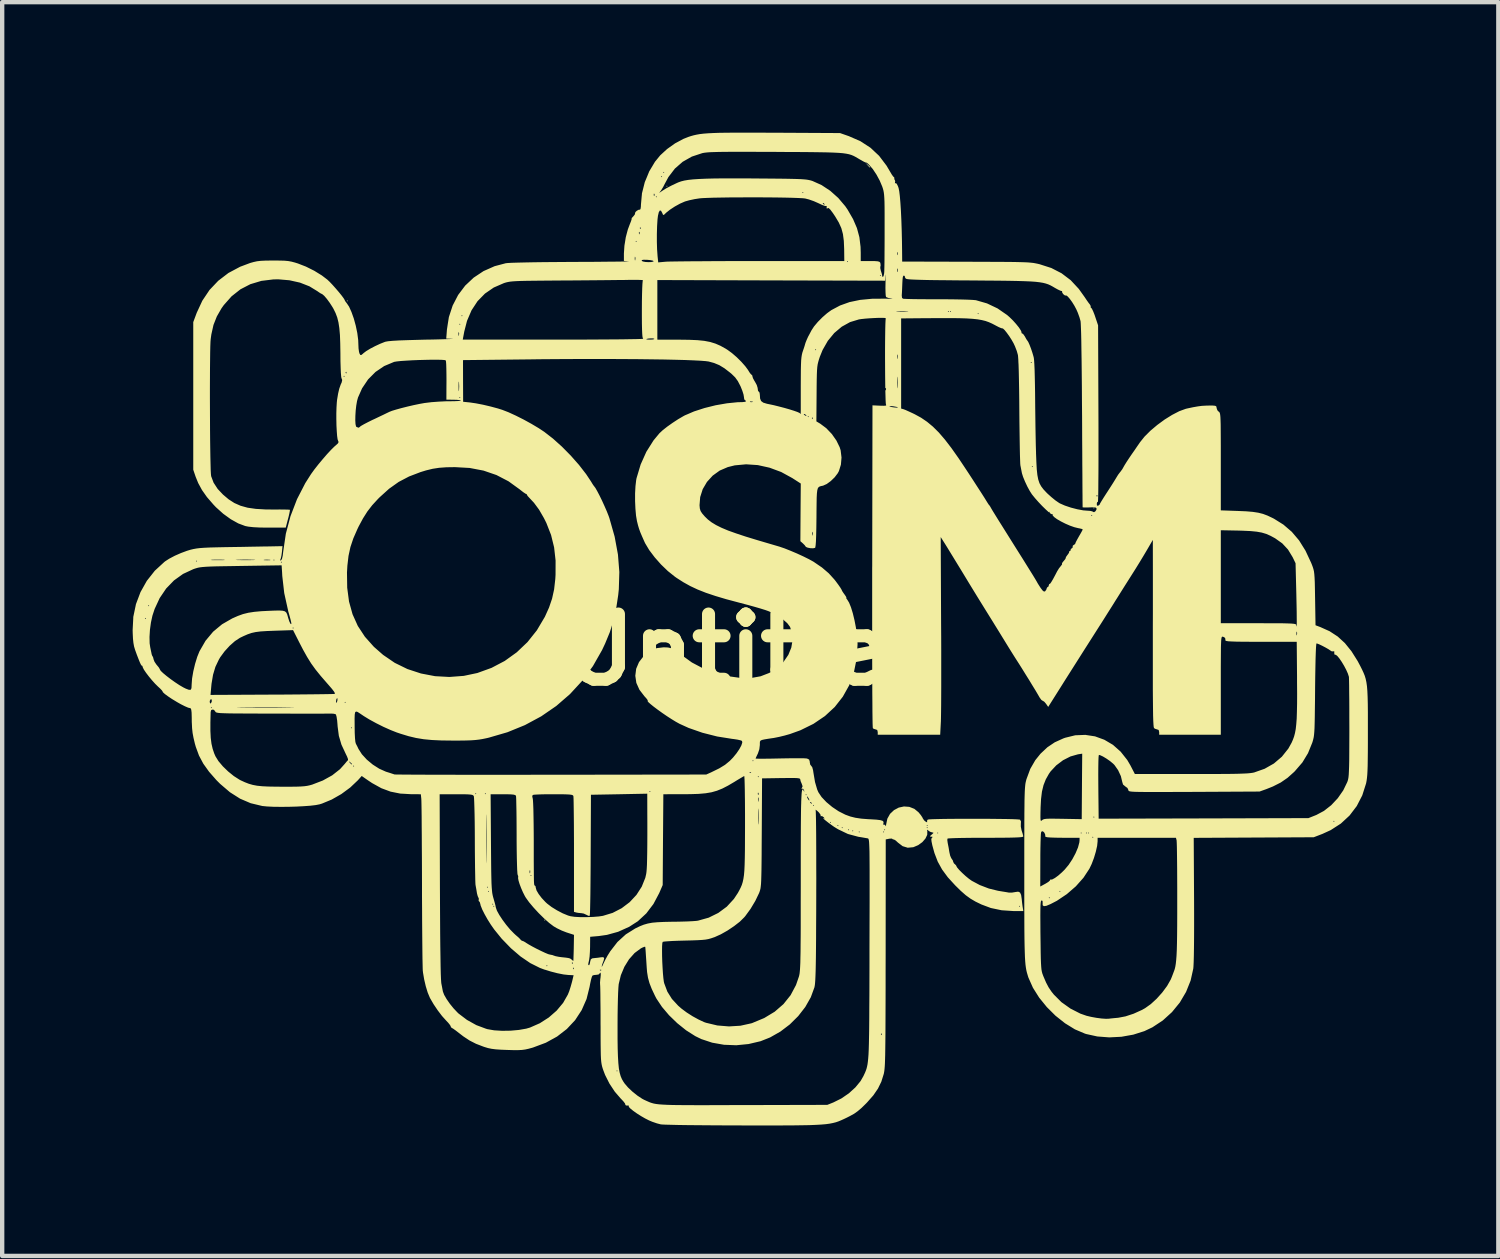
<source format=kicad_pcb>
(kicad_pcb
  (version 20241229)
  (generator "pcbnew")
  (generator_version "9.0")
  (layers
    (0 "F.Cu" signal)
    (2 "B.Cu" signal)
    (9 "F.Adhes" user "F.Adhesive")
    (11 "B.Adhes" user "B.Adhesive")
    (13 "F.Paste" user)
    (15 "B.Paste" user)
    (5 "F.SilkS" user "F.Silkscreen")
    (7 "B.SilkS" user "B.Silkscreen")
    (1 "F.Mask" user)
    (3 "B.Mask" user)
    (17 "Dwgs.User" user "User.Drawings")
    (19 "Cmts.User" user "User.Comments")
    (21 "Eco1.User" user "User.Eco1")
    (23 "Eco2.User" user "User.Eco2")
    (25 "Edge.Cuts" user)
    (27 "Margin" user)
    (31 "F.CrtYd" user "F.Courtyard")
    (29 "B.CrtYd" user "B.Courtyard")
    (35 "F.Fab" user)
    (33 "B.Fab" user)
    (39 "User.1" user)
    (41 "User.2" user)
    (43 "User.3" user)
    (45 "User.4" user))
  (footprint "Untitled"
    (layer "F.Cu")
    (at 14.35 11.892)
    (property "Reference" "Untitled" (at 0 0 0) (layer "F.SilkS") (effects (font (size 1.5 1.5) (thickness 0.3))))
    (attr board_only exclude_from_pos_files exclude_from_bom)
    (fp_poly (pts (xy -9.403 -8.023) (xy -9.415 -8.011) (xy -9.427 -8.023) (xy -9.415 -8.035)) (stroke (width 0) (type solid)) (fill yes) (layer "F.SilkS"))
    (fp_poly (pts (xy -4.86 6.216) (xy -4.872 6.228) (xy -4.885 6.216) (xy -4.872 6.203)) (stroke (width 0) (type solid)) (fill yes) (layer "F.SilkS"))
    (fp_poly (pts (xy -2.052 -10.661) (xy -2.064 -10.648) (xy -2.076 -10.661) (xy -2.064 -10.673)) (stroke (width 0) (type solid)) (fill yes) (layer "F.SilkS"))
    (fp_poly (pts (xy 7.767 -3.26) (xy 7.754 -3.248) (xy 7.742 -3.26) (xy 7.754 -3.273)) (stroke (width 0) (type solid)) (fill yes) (layer "F.SilkS"))
    (fp_poly (pts (xy 2.558 -11.151) (xy 2.604 -11.108) (xy 2.611 -11.089) (xy 2.605 -11.088) (xy 2.585 -11.105) (xy 2.55 -11.143) (xy 2.503 -11.198)) (stroke (width 0) (type solid)) (fill yes) (layer "F.SilkS"))
    (fp_poly (pts (xy 0.055 -11.891) (xy 0.381 -11.89) (xy 0.427 -11.89) (xy 1.917 -11.882) (xy 2.12 -11.811) (xy 2.384 -11.696) (xy 2.615 -11.546) (xy 2.815 -11.359) (xy 2.986 -11.133) (xy 3.067 -10.996) (xy 3.107 -10.928) (xy 3.14 -10.882) (xy 3.157 -10.868) (xy 3.167 -10.853) (xy 3.164 -10.846) (xy 3.167 -10.814) (xy 3.174 -10.808) (xy 3.186 -10.776) (xy 3.182 -10.754) (xy 3.179 -10.727) (xy 3.194 -10.731) (xy 3.218 -10.72) (xy 3.247 -10.664) (xy 3.263 -10.619) (xy 3.278 -10.547) (xy 3.292 -10.433) (xy 3.305 -10.28) (xy 3.317 -10.094) (xy 3.327 -9.881) (xy 3.335 -9.646) (xy 3.341 -9.394) (xy 3.344 -9.171) (xy 3.346 -8.927) (xy 4.817 -8.923) (xy 5.123 -8.922) (xy 5.384 -8.921) (xy 5.604 -8.92) (xy 5.788 -8.919) (xy 5.94 -8.917) (xy 6.064 -8.914) (xy 6.165 -8.911) (xy 6.246 -8.907) (xy 6.311 -8.901) (xy 6.366 -8.895) (xy 6.414 -8.886) (xy 6.459 -8.877) (xy 6.506 -8.866) (xy 6.509 -8.865) (xy 6.776 -8.779) (xy 7.011 -8.658) (xy 7.221 -8.499) (xy 7.407 -8.299) (xy 7.542 -8.11) (xy 7.592 -8.035) (xy 7.636 -7.973) (xy 7.661 -7.942) (xy 7.682 -7.904) (xy 7.68 -7.887) (xy 7.683 -7.866) (xy 7.691 -7.864) (xy 7.709 -7.843) (xy 7.737 -7.785) (xy 7.77 -7.702) (xy 7.783 -7.663) (xy 7.851 -7.461) (xy 7.859 -5.426) (xy 7.86 -5.116) (xy 7.86 -4.82) (xy 7.86 -4.543) (xy 7.86 -4.287) (xy 7.859 -4.057) (xy 7.857 -3.856) (xy 7.856 -3.687) (xy 7.854 -3.554) (xy 7.851 -3.461) (xy 7.848 -3.411) (xy 7.846 -3.403) (xy 7.829 -3.393) (xy 7.821 -3.357) (xy 7.825 -3.315) (xy 7.852 -3.313) (xy 7.852 -3.313) (xy 7.884 -3.335) (xy 7.889 -3.345) (xy 7.901 -3.372) (xy 7.936 -3.43) (xy 7.987 -3.512) (xy 8.05 -3.61) (xy 8.055 -3.617) (xy 8.124 -3.724) (xy 8.188 -3.824) (xy 8.239 -3.906) (xy 8.269 -3.956) (xy 8.312 -4.026) (xy 8.357 -4.085) (xy 8.362 -4.09) (xy 8.408 -4.153) (xy 8.435 -4.201) (xy 8.46 -4.245) (xy 8.506 -4.319) (xy 8.566 -4.41) (xy 8.621 -4.491) (xy 8.689 -4.588) (xy 8.748 -4.675) (xy 8.794 -4.741) (xy 8.815 -4.772) (xy 8.919 -4.902) (xy 9.054 -5.037) (xy 9.212 -5.17) (xy 9.381 -5.294) (xy 9.553 -5.401) (xy 9.717 -5.486) (xy 9.864 -5.54) (xy 9.896 -5.548) (xy 10.037 -5.578) (xy 10.146 -5.597) (xy 10.237 -5.609) (xy 10.325 -5.614) (xy 10.398 -5.616) (xy 10.489 -5.616) (xy 10.542 -5.611) (xy 10.567 -5.599) (xy 10.575 -5.576) (xy 10.575 -5.562) (xy 10.595 -5.506) (xy 10.624 -5.476) (xy 10.636 -5.468) (xy 10.645 -5.455) (xy 10.653 -5.434) (xy 10.659 -5.401) (xy 10.664 -5.35) (xy 10.667 -5.278) (xy 10.67 -5.18) (xy 10.671 -5.053) (xy 10.672 -4.891) (xy 10.673 -4.691) (xy 10.673 -4.449) (xy 10.673 -4.326) (xy 10.673 -3.206) (xy 11.07 -3.192) (xy 11.259 -3.184) (xy 11.41 -3.171) (xy 11.534 -3.152) (xy 11.642 -3.125) (xy 11.746 -3.086) (xy 11.856 -3.034) (xy 11.894 -3.015) (xy 12.113 -2.878) (xy 12.305 -2.713) (xy 12.473 -2.515) (xy 12.62 -2.279) (xy 12.75 -2.001) (xy 12.769 -1.954) (xy 12.788 -1.903) (xy 12.803 -1.855) (xy 12.815 -1.804) (xy 12.823 -1.741) (xy 12.829 -1.661) (xy 12.834 -1.555) (xy 12.837 -1.416) (xy 12.84 -1.238) (xy 12.841 -1.18) (xy 12.851 -0.564) (xy 12.965 -0.521) (xy 13.176 -0.426) (xy 13.361 -0.305) (xy 13.526 -0.154) (xy 13.677 0.033) (xy 13.82 0.26) (xy 13.882 0.377) (xy 13.922 0.457) (xy 13.955 0.528) (xy 13.983 0.597) (xy 14.004 0.667) (xy 14.021 0.746) (xy 14.034 0.837) (xy 14.043 0.947) (xy 14.049 1.08) (xy 14.053 1.242) (xy 14.055 1.438) (xy 14.055 1.674) (xy 14.055 1.881) (xy 14.055 2.138) (xy 14.054 2.352) (xy 14.052 2.528) (xy 14.05 2.67) (xy 14.046 2.784) (xy 14.041 2.875) (xy 14.034 2.948) (xy 14.026 3.008) (xy 14.016 3.061) (xy 14.013 3.075) (xy 13.926 3.348) (xy 13.799 3.594) (xy 13.634 3.811) (xy 13.434 3.996) (xy 13.2 4.147) (xy 13.01 4.234) (xy 12.81 4.311) (xy 11.43 4.318) (xy 10.05 4.325) (xy 10.058 5.734) (xy 10.059 6.06) (xy 10.059 6.356) (xy 10.058 6.619) (xy 10.056 6.846) (xy 10.053 7.035) (xy 10.049 7.182) (xy 10.044 7.286) (xy 10.04 7.332) (xy 9.979 7.606) (xy 9.874 7.868) (xy 9.73 8.112) (xy 9.55 8.332) (xy 9.339 8.524) (xy 9.101 8.681) (xy 8.916 8.769) (xy 8.661 8.85) (xy 8.387 8.899) (xy 8.107 8.913) (xy 7.833 8.892) (xy 7.579 8.836) (xy 7.547 8.826) (xy 7.317 8.728) (xy 7.09 8.588) (xy 6.872 8.415) (xy 6.672 8.216) (xy 6.496 7.999) (xy 6.353 7.772) (xy 6.25 7.541) (xy 6.242 7.517) (xy 6.227 7.467) (xy 6.213 7.419) (xy 6.201 7.368) (xy 6.191 7.31) (xy 6.182 7.243) (xy 6.175 7.163) (xy 6.169 7.066) (xy 6.165 6.949) (xy 6.161 6.809) (xy 6.158 6.642) (xy 6.156 6.444) (xy 6.155 6.213) (xy 6.155 6.114) (xy 6.523 6.114) (xy 6.524 6.278) (xy 6.525 6.485) (xy 6.526 6.564) (xy 6.529 6.783) (xy 6.531 6.959) (xy 6.534 7.099) (xy 6.538 7.207) (xy 6.543 7.289) (xy 6.549 7.353) (xy 6.558 7.402) (xy 6.569 7.444) (xy 6.584 7.484) (xy 6.594 7.51) (xy 6.655 7.652) (xy 6.714 7.764) (xy 6.781 7.863) (xy 6.834 7.929) (xy 7.008 8.103) (xy 7.216 8.251) (xy 7.444 8.367) (xy 7.584 8.416) (xy 7.689 8.441) (xy 7.809 8.463) (xy 7.929 8.479) (xy 8.032 8.486) (xy 8.096 8.484) (xy 8.145 8.478) (xy 8.225 8.47) (xy 8.313 8.462) (xy 8.481 8.43) (xy 8.667 8.369) (xy 8.855 8.284) (xy 8.931 8.242) (xy 9.063 8.148) (xy 9.198 8.024) (xy 9.327 7.88) (xy 9.438 7.73) (xy 9.521 7.584) (xy 9.547 7.522) (xy 9.574 7.451) (xy 9.596 7.392) (xy 9.598 7.388) (xy 9.614 7.341) (xy 9.627 7.286) (xy 9.638 7.219) (xy 9.647 7.135) (xy 9.655 7.031) (xy 9.661 6.903) (xy 9.665 6.746) (xy 9.668 6.557) (xy 9.67 6.331) (xy 9.671 6.064) (xy 9.671 5.753) (xy 9.671 5.738) (xy 9.671 5.488) (xy 9.67 5.253) (xy 9.669 5.035) (xy 9.667 4.84) (xy 9.665 4.674) (xy 9.663 4.54) (xy 9.66 4.443) (xy 9.657 4.388) (xy 9.656 4.378) (xy 9.641 4.323) (xy 8.741 4.323) (xy 7.84 4.323) (xy 7.84 4.404) (xy 7.829 4.51) (xy 7.799 4.643) (xy 7.756 4.787) (xy 7.703 4.927) (xy 7.651 5.035) (xy 7.515 5.242) (xy 7.339 5.44) (xy 7.132 5.619) (xy 6.904 5.772) (xy 6.759 5.847) (xy 6.664 5.887) (xy 6.604 5.896) (xy 6.576 5.874) (xy 6.576 5.822) (xy 6.574 5.775) (xy 6.552 5.764) (xy 6.543 5.77) (xy 6.535 5.79) (xy 6.53 5.83) (xy 6.526 5.895) (xy 6.524 5.987) (xy 6.523 6.114) (xy 6.155 6.114) (xy 6.154 5.944) (xy 6.154 5.703) (xy 6.716 5.703) (xy 6.729 5.715) (xy 6.741 5.703) (xy 6.729 5.691) (xy 6.716 5.703) (xy 6.154 5.703) (xy 6.154 5.634) (xy 6.154 5.556) (xy 6.961 5.556) (xy 6.973 5.568) (xy 6.985 5.556) (xy 6.973 5.544) (xy 6.961 5.556) (xy 6.154 5.556) (xy 6.154 5.444) (xy 6.521 5.444) (xy 6.641 5.379) (xy 6.705 5.34) (xy 6.742 5.307) (xy 6.748 5.291) (xy 6.75 5.28) (xy 6.762 5.286) (xy 6.797 5.281) (xy 6.858 5.248) (xy 6.935 5.192) (xy 7.018 5.119) (xy 7.08 5.058) (xy 7.173 4.947) (xy 7.259 4.817) (xy 7.333 4.679) (xy 7.389 4.546) (xy 7.42 4.43) (xy 7.425 4.38) (xy 7.425 4.323) (xy 7.034 4.323) (xy 6.88 4.321) (xy 6.76 4.317) (xy 6.684 4.311) (xy 7.718 4.311) (xy 7.73 4.323) (xy 7.742 4.311) (xy 7.73 4.298) (xy 7.718 4.311) (xy 6.684 4.311) (xy 6.679 4.31) (xy 6.642 4.301) (xy 6.639 4.298) (xy 6.634 4.252) (xy 6.633 4.244) (xy 6.618 4.213) (xy 7.449 4.213) (xy 7.461 4.225) (xy 7.473 4.213) (xy 7.571 4.213) (xy 7.583 4.225) (xy 7.596 4.213) (xy 7.62 4.213) (xy 7.632 4.225) (xy 7.644 4.213) (xy 7.632 4.201) (xy 7.62 4.213) (xy 7.596 4.213) (xy 7.583 4.201) (xy 7.571 4.213) (xy 7.473 4.213) (xy 7.461 4.201) (xy 7.449 4.213) (xy 6.618 4.213) (xy 6.614 4.204) (xy 6.594 4.184) (xy 6.561 4.17) (xy 6.541 4.196) (xy 6.536 4.231) (xy 6.532 4.308) (xy 6.528 4.419) (xy 6.525 4.558) (xy 6.523 4.716) (xy 6.523 4.841) (xy 6.521 5.444) (xy 6.154 5.444) (xy 6.154 5.281) (xy 6.154 5.146) (xy 6.154 4.787) (xy 6.154 4.473) (xy 6.155 4.201) (xy 6.155 3.967) (xy 6.155 3.944) (xy 13.262 3.944) (xy 13.274 3.957) (xy 13.286 3.944) (xy 13.274 3.932) (xy 13.262 3.944) (xy 6.155 3.944) (xy 6.156 3.848) (xy 6.525 3.848) (xy 6.527 3.904) (xy 6.533 3.93) (xy 6.544 3.934) (xy 6.559 3.922) (xy 6.561 3.92) (xy 6.581 3.905) (xy 6.611 3.894) (xy 6.658 3.887) (xy 6.729 3.884) (xy 6.832 3.884) (xy 6.974 3.886) (xy 7.039 3.887) (xy 7.475 3.895) (xy 7.475 3.847) (xy 7.742 3.847) (xy 7.754 3.859) (xy 7.767 3.847) (xy 7.754 3.834) (xy 7.742 3.847) (xy 7.475 3.847) (xy 7.48 3.142) (xy 7.482 2.862) (xy 7.855 2.862) (xy 7.856 3.07) (xy 7.858 3.323) (xy 7.861 3.585) (xy 7.864 3.884) (xy 10.276 3.878) (xy 12.688 3.871) (xy 12.871 3.798) (xy 13.045 3.705) (xy 13.212 3.574) (xy 13.363 3.413) (xy 13.489 3.232) (xy 13.581 3.042) (xy 13.592 3.011) (xy 13.601 2.977) (xy 13.609 2.932) (xy 13.615 2.871) (xy 13.619 2.79) (xy 13.623 2.683) (xy 13.626 2.547) (xy 13.627 2.378) (xy 13.628 2.17) (xy 13.629 1.92) (xy 13.629 1.787) (xy 13.628 1.556) (xy 13.628 1.34) (xy 13.627 1.143) (xy 13.625 0.97) (xy 13.624 0.826) (xy 13.622 0.717) (xy 13.62 0.647) (xy 13.619 0.623) (xy 13.596 0.55) (xy 13.557 0.462) (xy 13.508 0.369) (xy 13.454 0.279) (xy 13.4 0.2) (xy 13.352 0.142) (xy 13.316 0.114) (xy 13.301 0.115) (xy 13.288 0.11) (xy 13.281 0.074) (xy 13.284 0.041) (xy 13.272 0.032) (xy 13.261 0.037) (xy 13.224 0.036) (xy 13.193 0.017) (xy 13.149 -0.013) (xy 13.081 -0.052) (xy 13.005 -0.092) (xy 12.934 -0.126) (xy 12.884 -0.145) (xy 12.874 -0.147) (xy 12.868 -0.123) (xy 12.862 -0.052) (xy 12.857 0.061) (xy 12.852 0.215) (xy 12.848 0.407) (xy 12.844 0.635) (xy 12.841 0.894) (xy 12.841 0.91) (xy 12.839 1.165) (xy 12.836 1.377) (xy 12.834 1.55) (xy 12.831 1.689) (xy 12.828 1.799) (xy 12.823 1.886) (xy 12.817 1.954) (xy 12.81 2.008) (xy 12.8 2.053) (xy 12.789 2.095) (xy 12.776 2.137) (xy 12.678 2.378) (xy 12.549 2.591) (xy 12.379 2.788) (xy 12.359 2.809) (xy 12.207 2.945) (xy 12.05 3.053) (xy 11.872 3.143) (xy 11.723 3.203) (xy 11.564 3.26) (xy 10.056 3.268) (xy 9.748 3.269) (xy 9.484 3.27) (xy 9.263 3.271) (xy 9.079 3.271) (xy 8.93 3.27) (xy 8.812 3.269) (xy 8.721 3.267) (xy 8.654 3.264) (xy 8.607 3.26) (xy 8.576 3.254) (xy 8.559 3.248) (xy 8.551 3.24) (xy 8.548 3.231) (xy 8.548 3.226) (xy 8.526 3.178) (xy 8.481 3.146) (xy 8.425 3.099) (xy 8.407 3.04) (xy 8.375 2.906) (xy 8.311 2.768) (xy 8.227 2.649) (xy 8.196 2.618) (xy 8.125 2.559) (xy 8.043 2.502) (xy 7.963 2.454) (xy 7.898 2.424) (xy 7.871 2.418) (xy 7.865 2.434) (xy 7.861 2.485) (xy 7.858 2.571) (xy 7.856 2.696) (xy 7.855 2.862) (xy 7.482 2.862) (xy 7.486 2.389) (xy 7.388 2.404) (xy 7.216 2.453) (xy 7.045 2.54) (xy 6.889 2.658) (xy 6.759 2.797) (xy 6.72 2.853) (xy 6.648 2.981) (xy 6.596 3.113) (xy 6.56 3.261) (xy 6.539 3.435) (xy 6.529 3.623) (xy 6.526 3.757) (xy 6.525 3.848) (xy 6.156 3.848) (xy 6.156 3.769) (xy 6.158 3.603) (xy 6.159 3.465) (xy 6.162 3.353) (xy 6.165 3.262) (xy 6.169 3.189) (xy 6.174 3.131) (xy 6.179 3.085) (xy 6.186 3.047) (xy 6.194 3.014) (xy 6.202 2.982) (xy 6.206 2.97) (xy 6.292 2.738) (xy 6.407 2.539) (xy 6.527 2.39) (xy 6.686 2.241) (xy 6.854 2.128) (xy 7.05 2.039) (xy 7.094 2.023) (xy 7.326 1.966) (xy 7.557 1.957) (xy 7.781 1.991) (xy 7.995 2.069) (xy 8.193 2.186) (xy 8.37 2.343) (xy 8.522 2.535) (xy 8.594 2.658) (xy 8.697 2.857) (xy 9.997 2.857) (xy 10.293 2.857) (xy 10.544 2.857) (xy 10.755 2.855) (xy 10.928 2.854) (xy 11.07 2.851) (xy 11.183 2.847) (xy 11.273 2.843) (xy 11.342 2.837) (xy 11.395 2.83) (xy 11.437 2.822) (xy 11.443 2.82) (xy 11.681 2.736) (xy 11.894 2.615) (xy 12.077 2.459) (xy 12.226 2.272) (xy 12.301 2.137) (xy 12.332 2.066) (xy 12.358 1.994) (xy 12.379 1.914) (xy 12.396 1.823) (xy 12.408 1.714) (xy 12.418 1.584) (xy 12.423 1.427) (xy 12.427 1.238) (xy 12.428 1.012) (xy 12.426 0.745) (xy 12.426 0.623) (xy 12.419 -0.183) (xy 11.601 -0.183) (xy 11.369 -0.184) (xy 11.182 -0.185) (xy 11.036 -0.187) (xy 10.927 -0.191) (xy 10.851 -0.195) (xy 10.804 -0.202) (xy 10.782 -0.209) (xy 10.78 -0.214) (xy 10.775 -0.259) (xy 10.774 -0.266) (xy 10.751 -0.289) (xy 10.722 -0.3) (xy 10.71 -0.302) (xy 10.701 -0.299) (xy 10.693 -0.287) (xy 10.687 -0.261) (xy 10.682 -0.218) (xy 10.679 -0.153) (xy 10.676 -0.063) (xy 10.675 0.058) (xy 10.674 0.211) (xy 10.673 0.403) (xy 10.673 0.637) (xy 10.673 0.82) (xy 10.673 1.954) (xy 9.965 1.954) (xy 9.256 1.954) (xy 9.256 1.893) (xy 9.244 1.844) (xy 9.21 1.832) (xy 9.157 1.815) (xy 9.137 1.798) (xy 9.13 1.775) (xy 9.125 1.722) (xy 9.12 1.637) (xy 9.116 1.516) (xy 9.114 1.359) (xy 9.112 1.162) (xy 9.11 0.922) (xy 9.11 0.639) (xy 9.11 0.339) (xy 9.11 0.051) (xy 9.11 -0.245) (xy 9.11 -0.379) (xy 12.412 -0.379) (xy 12.414 -0.337) (xy 12.422 -0.333) (xy 12.423 -0.335) (xy 12.428 -0.384) (xy 12.424 -0.409) (xy 12.416 -0.419) (xy 12.412 -0.386) (xy 12.412 -0.379) (xy 9.11 -0.379) (xy 9.11 -0.54) (xy 9.111 -0.829) (xy 9.111 -1.102) (xy 9.111 -1.352) (xy 9.111 -1.571) (xy 9.111 -1.68) (xy 10.673 -1.68) (xy 10.673 -0.611) (xy 11.54 -0.611) (xy 11.769 -0.61) (xy 11.955 -0.61) (xy 12.101 -0.609) (xy 12.211 -0.606) (xy 12.292 -0.603) (xy 12.347 -0.598) (xy 12.382 -0.592) (xy 12.4 -0.584) (xy 12.406 -0.574) (xy 12.407 -0.57) (xy 12.412 -0.54) (xy 12.417 -0.539) (xy 12.419 -0.565) (xy 12.42 -0.634) (xy 12.419 -0.739) (xy 12.418 -0.875) (xy 12.415 -1.035) (xy 12.411 -1.214) (xy 12.41 -1.27) (xy 12.392 -1.99) (xy 12.325 -2.129) (xy 12.218 -2.305) (xy 12.086 -2.447) (xy 11.923 -2.563) (xy 11.818 -2.62) (xy 11.719 -2.664) (xy 11.615 -2.695) (xy 11.498 -2.716) (xy 11.355 -2.73) (xy 11.179 -2.738) (xy 11.082 -2.741) (xy 10.673 -2.749) (xy 10.673 -1.68) (xy 9.111 -1.68) (xy 9.111 -1.752) (xy 9.111 -1.807) (xy 9.11 -2.527) (xy 8.968 -2.283) (xy 8.896 -2.162) (xy 8.809 -2.018) (xy 8.719 -1.872) (xy 8.647 -1.758) (xy 8.566 -1.63) (xy 8.469 -1.477) (xy 8.369 -1.318) (xy 8.277 -1.171) (xy 8.262 -1.148) (xy 8.173 -1.005) (xy 8.074 -0.849) (xy 7.978 -0.696) (xy 7.894 -0.564) (xy 7.881 -0.544) (xy 7.715 -0.283) (xy 7.527 0.012) (xy 7.323 0.334) (xy 7.106 0.676) (xy 6.984 0.87) (xy 6.704 1.314) (xy 6.655 1.243) (xy 6.615 1.196) (xy 6.58 1.173) (xy 6.576 1.173) (xy 6.547 1.153) (xy 6.51 1.103) (xy 6.497 1.081) (xy 6.464 1.024) (xy 6.411 0.934) (xy 6.342 0.822) (xy 6.265 0.695) (xy 6.183 0.564) (xy 6.104 0.436) (xy 6.032 0.322) (xy 5.982 0.244) (xy 5.934 0.169) (xy 5.87 0.067) (xy 5.797 -0.05) (xy 5.73 -0.159) (xy 5.652 -0.286) (xy 5.568 -0.423) (xy 5.488 -0.552) (xy 5.437 -0.635) (xy 5.253 -0.931) (xy 5.076 -1.217) (xy 4.896 -1.511) (xy 4.703 -1.829) (xy 4.694 -1.844) (xy 4.605 -1.989) (xy 4.519 -2.13) (xy 4.441 -2.257) (xy 4.377 -2.362) (xy 4.331 -2.436) (xy 4.322 -2.45) (xy 4.232 -2.592) (xy 4.241 -0.606) (xy 4.243 -0.291) (xy 4.244 0.016) (xy 4.244 0.31) (xy 4.244 0.587) (xy 4.244 0.843) (xy 4.243 1.074) (xy 4.242 1.274) (xy 4.24 1.44) (xy 4.238 1.567) (xy 4.236 1.65) (xy 4.235 1.667) (xy 4.22 1.954) (xy 3.502 1.954) (xy 2.784 1.954) (xy 2.784 1.893) (xy 2.772 1.844) (xy 2.738 1.832) (xy 2.689 1.817) (xy 2.671 1.801) (xy 2.669 1.774) (xy 2.666 1.7) (xy 2.664 1.582) (xy 2.662 1.423) (xy 2.661 1.225) (xy 2.659 0.991) (xy 2.658 0.723) (xy 2.657 0.424) (xy 2.656 0.096) (xy 2.656 -0.258) (xy 2.656 -0.636) (xy 2.656 -1.035) (xy 2.656 -1.453) (xy 2.656 -1.887) (xy 2.657 -1.925) (xy 2.663 -5.601) (xy 3.051 -5.601) (xy 3.065 -5.594) (xy 3.107 -5.581) (xy 3.162 -5.573) (xy 3.213 -5.569) (xy 3.245 -5.571) (xy 3.246 -5.577) (xy 3.218 -5.585) (xy 3.158 -5.596) (xy 3.126 -5.601) (xy 3.065 -5.606) (xy 3.051 -5.601) (xy 2.663 -5.601) (xy 2.663 -5.621) (xy 2.832 -5.613) (xy 2.92 -5.611) (xy 2.967 -5.614) (xy 2.98 -5.625) (xy 2.974 -5.636) (xy 2.969 -5.666) (xy 2.965 -5.737) (xy 2.962 -5.845) (xy 2.958 -5.983) (xy 2.958 -5.989) (xy 2.962 -5.966) (xy 2.97 -5.966) (xy 2.976 -5.999) (xy 2.972 -6.013) (xy 2.961 -6.022) (xy 2.958 -6.004) (xy 2.956 -6.142) (xy 3.233 -6.142) (xy 3.233 -6.061) (xy 3.236 -6.017) (xy 3.239 -6.015) (xy 3.242 -6.039) (xy 3.246 -6.137) (xy 3.243 -6.236) (xy 3.242 -6.259) (xy 3.238 -6.282) (xy 3.235 -6.261) (xy 3.233 -6.201) (xy 3.233 -6.142) (xy 2.956 -6.142) (xy 2.956 -6.144) (xy 2.954 -6.321) (xy 2.953 -6.509) (xy 2.952 -6.701) (xy 2.952 -6.741) (xy 3.23 -6.741) (xy 3.232 -6.696) (xy 3.238 -6.691) (xy 3.241 -6.698) (xy 3.244 -6.76) (xy 3.241 -6.784) (xy 3.234 -6.791) (xy 3.23 -6.757) (xy 3.23 -6.741) (xy 2.952 -6.741) (xy 2.952 -6.891) (xy 2.953 -7.072) (xy 2.955 -7.237) (xy 2.957 -7.381) (xy 2.96 -7.497) (xy 2.964 -7.579) (xy 2.968 -7.62) (xy 2.968 -7.62) (xy 3.322 -7.62) (xy 3.322 -6.584) (xy 3.322 -5.547) (xy 3.376 -5.532) (xy 3.423 -5.514) (xy 3.499 -5.48) (xy 3.592 -5.437) (xy 3.633 -5.417) (xy 3.78 -5.337) (xy 3.918 -5.243) (xy 4.053 -5.131) (xy 4.189 -4.996) (xy 4.329 -4.833) (xy 4.478 -4.639) (xy 4.641 -4.408) (xy 4.758 -4.233) (xy 4.868 -4.067) (xy 4.975 -3.903) (xy 5.075 -3.748) (xy 5.165 -3.609) (xy 5.239 -3.493) (xy 5.292 -3.407) (xy 5.312 -3.375) (xy 5.339 -3.334) (xy 5.351 -3.322) (xy 5.373 -3.289) (xy 5.376 -3.283) (xy 5.391 -3.256) (xy 5.428 -3.193) (xy 5.485 -3.101) (xy 5.556 -2.986) (xy 5.639 -2.854) (xy 5.703 -2.752) (xy 5.862 -2.498) (xy 5.997 -2.283) (xy 6.11 -2.104) (xy 6.202 -1.956) (xy 6.276 -1.837) (xy 6.334 -1.744) (xy 6.377 -1.674) (xy 6.408 -1.623) (xy 6.428 -1.589) (xy 6.44 -1.569) (xy 6.443 -1.563) (xy 6.466 -1.522) (xy 6.506 -1.459) (xy 6.53 -1.422) (xy 6.576 -1.362) (xy 6.608 -1.338) (xy 6.634 -1.346) (xy 6.634 -1.346) (xy 6.663 -1.388) (xy 6.667 -1.407) (xy 6.682 -1.438) (xy 6.692 -1.441) (xy 6.714 -1.461) (xy 6.716 -1.478) (xy 6.727 -1.51) (xy 6.736 -1.514) (xy 6.752 -1.524) (xy 6.776 -1.559) (xy 6.814 -1.623) (xy 6.867 -1.722) (xy 6.909 -1.803) (xy 6.952 -1.873) (xy 6.992 -1.923) (xy 7.021 -1.961) (xy 7.023 -1.978) (xy 7.022 -1.978) (xy 7.022 -1.993) (xy 7.051 -2.031) (xy 7.06 -2.041) (xy 7.096 -2.085) (xy 7.108 -2.111) (xy 7.107 -2.113) (xy 7.113 -2.134) (xy 7.143 -2.176) (xy 7.148 -2.182) (xy 7.18 -2.227) (xy 7.188 -2.256) (xy 7.187 -2.257) (xy 7.191 -2.27) (xy 7.202 -2.271) (xy 7.221 -2.284) (xy 7.219 -2.293) (xy 7.225 -2.319) (xy 7.243 -2.33) (xy 7.268 -2.354) (xy 7.266 -2.369) (xy 7.271 -2.397) (xy 7.289 -2.408) (xy 7.322 -2.432) (xy 7.327 -2.444) (xy 7.338 -2.474) (xy 7.369 -2.533) (xy 7.411 -2.608) (xy 7.412 -2.61) (xy 7.455 -2.684) (xy 7.486 -2.741) (xy 7.498 -2.768) (xy 7.498 -2.768) (xy 7.476 -2.779) (xy 7.422 -2.792) (xy 7.394 -2.797) (xy 7.305 -2.819) (xy 7.203 -2.855) (xy 7.097 -2.901) (xy 6.996 -2.952) (xy 6.908 -3.003) (xy 6.842 -3.051) (xy 6.807 -3.089) (xy 6.807 -3.09) (xy 7.693 -3.09) (xy 7.705 -3.077) (xy 7.718 -3.09) (xy 7.705 -3.102) (xy 7.693 -3.09) (xy 6.807 -3.09) (xy 6.806 -3.109) (xy 6.806 -3.122) (xy 6.792 -3.116) (xy 6.766 -3.126) (xy 6.731 -3.153) (xy 6.741 -3.163) (xy 6.729 -3.175) (xy 6.717 -3.163) (xy 6.714 -3.166) (xy 6.645 -3.229) (xy 6.565 -3.307) (xy 6.482 -3.395) (xy 6.402 -3.485) (xy 6.333 -3.57) (xy 6.329 -3.575) (xy 6.279 -3.653) (xy 6.223 -3.756) (xy 6.17 -3.869) (xy 6.126 -3.976) (xy 6.099 -4.062) (xy 6.096 -4.079) (xy 6.08 -4.162) (xy 6.07 -4.213) (xy 6.326 -4.213) (xy 6.338 -4.201) (xy 6.35 -4.213) (xy 6.338 -4.225) (xy 6.326 -4.213) (xy 6.07 -4.213) (xy 6.065 -4.237) (xy 6.061 -4.276) (xy 6.058 -4.359) (xy 6.054 -4.48) (xy 6.051 -4.634) (xy 6.048 -4.817) (xy 6.045 -5.023) (xy 6.042 -5.247) (xy 6.04 -5.483) (xy 6.038 -5.747) (xy 6.035 -5.991) (xy 6.031 -6.211) (xy 6.027 -6.401) (xy 6.022 -6.559) (xy 6.019 -6.606) (xy 6.301 -6.606) (xy 6.313 -6.594) (xy 6.326 -6.606) (xy 6.313 -6.619) (xy 6.301 -6.606) (xy 6.019 -6.606) (xy 6.016 -6.679) (xy 6.01 -6.757) (xy 6.007 -6.78) (xy 5.981 -6.872) (xy 5.94 -6.978) (xy 5.907 -7.049) (xy 5.86 -7.131) (xy 5.806 -7.215) (xy 5.75 -7.292) (xy 5.701 -7.353) (xy 5.664 -7.387) (xy 5.649 -7.391) (xy 5.623 -7.396) (xy 5.567 -7.42) (xy 5.492 -7.459) (xy 5.487 -7.462) (xy 5.412 -7.501) (xy 5.338 -7.534) (xy 5.262 -7.561) (xy 5.176 -7.582) (xy 5.078 -7.599) (xy 4.961 -7.611) (xy 4.82 -7.62) (xy 4.652 -7.625) (xy 4.45 -7.627) (xy 4.21 -7.627) (xy 3.927 -7.625) (xy 3.877 -7.625) (xy 3.322 -7.62) (xy 2.968 -7.62) (xy 2.969 -7.623) (xy 2.952 -7.63) (xy 2.897 -7.633) (xy 2.814 -7.633) (xy 2.713 -7.629) (xy 2.604 -7.623) (xy 2.498 -7.615) (xy 2.405 -7.605) (xy 2.352 -7.597) (xy 2.147 -7.535) (xy 1.956 -7.429) (xy 1.784 -7.284) (xy 1.636 -7.104) (xy 1.516 -6.894) (xy 1.453 -6.739) (xy 1.432 -6.676) (xy 1.416 -6.62) (xy 1.403 -6.566) (xy 1.394 -6.505) (xy 1.388 -6.43) (xy 1.384 -6.334) (xy 1.381 -6.209) (xy 1.379 -6.048) (xy 1.378 -5.893) (xy 1.373 -5.252) (xy 1.462 -5.199) (xy 1.601 -5.095) (xy 1.728 -4.962) (xy 1.834 -4.811) (xy 1.909 -4.657) (xy 1.931 -4.587) (xy 1.951 -4.421) (xy 1.937 -4.257) (xy 1.891 -4.109) (xy 1.864 -4.059) (xy 1.793 -3.966) (xy 1.704 -3.88) (xy 1.611 -3.812) (xy 1.527 -3.774) (xy 1.518 -3.772) (xy 1.478 -3.764) (xy 1.447 -3.754) (xy 1.423 -3.738) (xy 1.405 -3.71) (xy 1.393 -3.663) (xy 1.385 -3.594) (xy 1.38 -3.497) (xy 1.378 -3.365) (xy 1.376 -3.194) (xy 1.375 -3.04) (xy 1.372 -2.812) (xy 1.368 -2.631) (xy 1.363 -2.495) (xy 1.356 -2.404) (xy 1.348 -2.354) (xy 1.343 -2.344) (xy 1.299 -2.334) (xy 1.236 -2.336) (xy 1.174 -2.348) (xy 1.133 -2.365) (xy 1.127 -2.373) (xy 1.103 -2.406) (xy 1.061 -2.448) (xy 1.005 -2.497) (xy 1.006 -2.674) (xy 1.275 -2.674) (xy 1.277 -2.633) (xy 1.285 -2.629) (xy 1.286 -2.631) (xy 1.291 -2.68) (xy 1.287 -2.704) (xy 1.279 -2.714) (xy 1.275 -2.682) (xy 1.275 -2.674) (xy 1.006 -2.674) (xy 1.009 -3.16) (xy 1.014 -3.823) (xy 0.818 -3.949) (xy 0.564 -4.088) (xy 0.297 -4.187) (xy 0.026 -4.247) (xy -0.243 -4.265) (xy -0.503 -4.241) (xy -0.664 -4.201) (xy -0.85 -4.121) (xy -1.011 -4.005) (xy -1.143 -3.86) (xy -1.241 -3.693) (xy -1.299 -3.511) (xy -1.314 -3.323) (xy -1.307 -3.248) (xy -1.29 -3.192) (xy -1.255 -3.137) (xy -1.193 -3.065) (xy -1.192 -3.064) (xy -1.121 -2.995) (xy -1.036 -2.93) (xy -0.934 -2.868) (xy -0.809 -2.806) (xy -0.657 -2.742) (xy -0.472 -2.676) (xy -0.252 -2.603) (xy 0.01 -2.523) (xy 0.122 -2.49) (xy 0.247 -2.453) (xy 0.373 -2.416) (xy 0.482 -2.384) (xy 0.529 -2.37) (xy 0.64 -2.332) (xy 0.776 -2.278) (xy 0.925 -2.215) (xy 1.071 -2.148) (xy 1.202 -2.083) (xy 1.302 -2.028) (xy 1.313 -2.021) (xy 1.503 -1.891) (xy 1.657 -1.759) (xy 1.788 -1.615) (xy 1.82 -1.574) (xy 1.879 -1.494) (xy 1.925 -1.428) (xy 1.95 -1.386) (xy 1.954 -1.378) (xy 1.967 -1.349) (xy 2.001 -1.298) (xy 2.016 -1.278) (xy 2.05 -1.229) (xy 2.064 -1.2) (xy 2.061 -1.197) (xy 2.061 -1.182) (xy 2.082 -1.154) (xy 2.125 -1.084) (xy 2.169 -0.976) (xy 2.211 -0.839) (xy 2.249 -0.682) (xy 2.281 -0.517) (xy 2.305 -0.352) (xy 2.318 -0.198) (xy 2.32 -0.126) (xy 2.298 0.212) (xy 2.234 0.526) (xy 2.128 0.816) (xy 1.981 1.079) (xy 1.795 1.316) (xy 1.57 1.524) (xy 1.306 1.703) (xy 1.006 1.851) (xy 0.764 1.938) (xy 0.644 1.972) (xy 0.517 2.003) (xy 0.407 2.025) (xy 0.397 2.027) (xy 0.267 2.046) (xy 0.177 2.061) (xy 0.12 2.074) (xy 0.088 2.09) (xy 0.075 2.113) (xy 0.073 2.145) (xy 0.073 2.188) (xy 0.061 2.287) (xy 0.029 2.383) (xy 0.024 2.393) (xy -0.005 2.454) (xy -0.023 2.494) (xy -0.024 2.501) (xy -0.001 2.504) (xy 0.064 2.505) (xy 0.165 2.505) (xy 0.293 2.504) (xy 0.444 2.501) (xy 0.536 2.499) (xy 0.7 2.496) (xy 0.85 2.494) (xy 0.98 2.494) (xy 1.08 2.495) (xy 1.143 2.499) (xy 1.158 2.501) (xy 1.206 2.524) (xy 1.221 2.573) (xy 1.221 2.587) (xy 1.232 2.642) (xy 1.255 2.67) (xy 1.278 2.701) (xy 1.297 2.771) (xy 1.305 2.825) (xy 1.342 3.043) (xy 1.392 3.214) (xy 1.419 3.276) (xy 1.493 3.387) (xy 1.603 3.503) (xy 1.737 3.615) (xy 1.885 3.714) (xy 2.035 3.79) (xy 2.039 3.792) (xy 2.154 3.834) (xy 2.271 3.863) (xy 2.404 3.883) (xy 2.569 3.896) (xy 2.621 3.898) (xy 2.753 3.906) (xy 2.842 3.917) (xy 2.895 3.933) (xy 2.918 3.958) (xy 2.915 3.991) (xy 2.912 4.001) (xy 2.911 4.025) (xy 2.925 4.021) (xy 2.952 4.026) (xy 2.963 4.048) (xy 2.971 4.059) (xy 2.974 4.042) (xy 3.908 4.042) (xy 3.92 4.054) (xy 3.932 4.042) (xy 3.92 4.03) (xy 3.908 4.042) (xy 2.974 4.042) (xy 2.977 4.026) (xy 2.977 4.018) (xy 3.005 3.884) (xy 3.067 3.773) (xy 3.158 3.687) (xy 3.267 3.629) (xy 3.387 3.603) (xy 3.51 3.612) (xy 3.626 3.658) (xy 3.721 3.736) (xy 3.773 3.799) (xy 3.81 3.854) (xy 3.819 3.875) (xy 3.851 3.923) (xy 3.886 3.952) (xy 3.92 3.969) (xy 3.919 3.956) (xy 3.921 3.92) (xy 3.935 3.905) (xy 3.967 3.9) (xy 4.041 3.896) (xy 4.151 3.893) (xy 4.292 3.89) (xy 4.456 3.888) (xy 4.638 3.887) (xy 4.832 3.886) (xy 5.031 3.886) (xy 5.228 3.886) (xy 5.418 3.888) (xy 5.595 3.89) (xy 5.752 3.892) (xy 5.882 3.895) (xy 5.981 3.899) (xy 6.041 3.904) (xy 6.056 3.907) (xy 6.078 3.948) (xy 6.075 3.997) (xy 6.074 4.065) (xy 6.09 4.147) (xy 6.095 4.164) (xy 6.117 4.232) (xy 6.129 4.283) (xy 6.13 4.292) (xy 6.12 4.301) (xy 6.087 4.308) (xy 6.027 4.313) (xy 5.937 4.317) (xy 5.813 4.32) (xy 5.65 4.322) (xy 5.445 4.323) (xy 5.265 4.323) (xy 5.064 4.323) (xy 4.879 4.325) (xy 4.715 4.327) (xy 4.579 4.33) (xy 4.475 4.334) (xy 4.409 4.338) (xy 4.387 4.343) (xy 4.384 4.377) (xy 4.392 4.438) (xy 4.396 4.459) (xy 4.414 4.549) (xy 4.43 4.646) (xy 4.433 4.662) (xy 4.45 4.736) (xy 4.475 4.793) (xy 4.483 4.804) (xy 4.513 4.849) (xy 4.518 4.873) (xy 4.537 4.913) (xy 4.553 4.926) (xy 4.585 4.957) (xy 4.59 4.97) (xy 4.609 5.005) (xy 4.657 5.062) (xy 4.725 5.13) (xy 4.802 5.201) (xy 4.881 5.266) (xy 4.946 5.312) (xy 5.13 5.41) (xy 5.339 5.49) (xy 5.55 5.542) (xy 5.556 5.543) (xy 5.653 5.559) (xy 5.74 5.573) (xy 5.796 5.583) (xy 5.869 5.584) (xy 5.948 5.571) (xy 6.013 5.562) (xy 6.056 5.582) (xy 6.081 5.638) (xy 6.095 5.732) (xy 6.104 5.822) (xy 6.115 5.906) (xy 6.119 5.929) (xy 6.132 6.008) (xy 5.905 6.008) (xy 5.633 5.99) (xy 5.385 5.938) (xy 5.278 5.898) (xy 6.032 5.898) (xy 6.045 5.91) (xy 6.057 5.898) (xy 6.045 5.886) (xy 6.032 5.898) (xy 5.278 5.898) (xy 5.169 5.857) (xy 5.033 5.791) (xy 4.917 5.723) (xy 4.808 5.644) (xy 4.694 5.544) (xy 4.564 5.416) (xy 4.395 5.231) (xy 4.264 5.053) (xy 4.164 4.872) (xy 4.088 4.674) (xy 4.039 4.496) (xy 4.021 4.408) (xy 4.016 4.356) (xy 4.025 4.328) (xy 4.035 4.319) (xy 4.048 4.303) (xy 4.018 4.298) (xy 3.987 4.295) (xy 3.991 4.28) (xy 4.026 4.249) (xy 4.062 4.216) (xy 4.062 4.213) (xy 4.152 4.213) (xy 4.164 4.225) (xy 4.176 4.213) (xy 4.164 4.201) (xy 4.152 4.213) (xy 4.062 4.213) (xy 4.061 4.203) (xy 4.041 4.201) (xy 3.988 4.185) (xy 3.954 4.162) (xy 3.923 4.137) (xy 3.919 4.15) (xy 3.924 4.174) (xy 3.922 4.255) (xy 3.881 4.341) (xy 3.81 4.423) (xy 3.715 4.492) (xy 3.607 4.538) (xy 3.601 4.54) (xy 3.474 4.552) (xy 3.356 4.516) (xy 3.249 4.434) (xy 3.198 4.387) (xy 3.158 4.363) (xy 3.147 4.362) (xy 3.127 4.358) (xy 3.126 4.352) (xy 3.105 4.341) (xy 3.054 4.344) (xy 3.047 4.345) (xy 2.968 4.361) (xy 2.966 6.974) (xy 2.965 7.391) (xy 2.965 7.763) (xy 2.964 8.092) (xy 2.963 8.38) (xy 2.962 8.631) (xy 2.961 8.847) (xy 2.959 9.033) (xy 2.957 9.189) (xy 2.955 9.319) (xy 2.952 9.427) (xy 2.949 9.515) (xy 2.945 9.585) (xy 2.94 9.641) (xy 2.935 9.686) (xy 2.929 9.722) (xy 2.923 9.752) (xy 2.922 9.755) (xy 2.867 9.931) (xy 2.789 10.091) (xy 2.682 10.247) (xy 2.539 10.409) (xy 2.515 10.434) (xy 2.412 10.535) (xy 2.325 10.609) (xy 2.241 10.669) (xy 2.143 10.723) (xy 2.072 10.759) (xy 2.005 10.791) (xy 1.943 10.819) (xy 1.883 10.844) (xy 1.821 10.865) (xy 1.754 10.882) (xy 1.678 10.897) (xy 1.589 10.909) (xy 1.483 10.918) (xy 1.358 10.925) (xy 1.209 10.931) (xy 1.032 10.934) (xy 0.824 10.937) (xy 0.581 10.938) (xy 0.299 10.938) (xy -0.024 10.938) (xy -0.318 10.938) (xy -0.614 10.937) (xy -0.898 10.936) (xy -1.165 10.934) (xy -1.411 10.932) (xy -1.631 10.93) (xy -1.822 10.927) (xy -1.979 10.923) (xy -2.099 10.92) (xy -2.178 10.916) (xy -2.207 10.913) (xy -2.295 10.89) (xy -2.4 10.854) (xy -2.476 10.822) (xy -2.565 10.777) (xy -2.662 10.721) (xy -2.756 10.661) (xy -2.839 10.602) (xy -2.902 10.551) (xy -2.938 10.514) (xy -2.941 10.499) (xy -2.941 10.48) (xy -2.947 10.48) (xy -2.996 10.481) (xy -3.021 10.467) (xy -3.019 10.457) (xy -3.029 10.431) (xy -3.066 10.383) (xy -3.124 10.321) (xy -3.129 10.317) (xy -3.263 10.161) (xy -3.386 9.975) (xy -3.486 9.776) (xy -3.521 9.684) (xy -3.224 9.684) (xy -3.212 9.696) (xy -3.199 9.684) (xy -3.212 9.672) (xy -3.224 9.684) (xy -3.521 9.684) (xy -3.526 9.671) (xy -3.543 9.621) (xy -3.556 9.576) (xy -3.566 9.529) (xy -3.574 9.475) (xy -3.58 9.408) (xy -3.584 9.321) (xy -3.586 9.211) (xy -3.588 9.07) (xy -3.589 8.893) (xy -3.589 8.69) (xy -3.199 8.69) (xy -3.199 8.953) (xy -3.196 9.173) (xy -3.19 9.355) (xy -3.181 9.504) (xy -3.169 9.625) (xy -3.151 9.723) (xy -3.128 9.804) (xy -3.099 9.873) (xy -3.063 9.935) (xy -3.037 9.973) (xy -2.958 10.065) (xy -2.854 10.163) (xy -2.74 10.254) (xy -2.632 10.325) (xy -2.589 10.348) (xy -2.539 10.371) (xy -2.496 10.39) (xy -2.454 10.408) (xy -2.412 10.422) (xy -2.365 10.435) (xy -2.309 10.445) (xy -2.242 10.453) (xy -2.159 10.459) (xy -2.057 10.464) (xy -1.934 10.468) (xy -1.784 10.47) (xy -1.605 10.471) (xy -1.394 10.472) (xy -1.146 10.472) (xy -0.858 10.471) (xy -0.527 10.47) (xy -0.318 10.47) (xy 1.624 10.465) (xy 1.764 10.409) (xy 1.947 10.318) (xy 2.119 10.2) (xy 2.269 10.064) (xy 2.389 9.918) (xy 2.454 9.805) (xy 2.475 9.76) (xy 2.494 9.719) (xy 2.51 9.679) (xy 2.525 9.637) (xy 2.537 9.591) (xy 2.548 9.538) (xy 2.557 9.473) (xy 2.565 9.396) (xy 2.572 9.301) (xy 2.577 9.187) (xy 2.581 9.051) (xy 2.584 8.889) (xy 2.585 8.841) (xy 2.857 8.841) (xy 2.866 8.861) (xy 2.874 8.857) (xy 2.877 8.828) (xy 2.874 8.825) (xy 2.859 8.828) (xy 2.857 8.841) (xy 2.585 8.841) (xy 2.587 8.698) (xy 2.589 8.476) (xy 2.59 8.219) (xy 2.592 7.925) (xy 2.593 7.591) (xy 2.594 7.213) (xy 2.594 6.88) (xy 2.595 6.473) (xy 2.596 6.112) (xy 2.597 5.794) (xy 2.597 5.517) (xy 2.597 5.278) (xy 2.597 5.073) (xy 2.596 4.901) (xy 2.595 4.758) (xy 2.594 4.642) (xy 2.591 4.55) (xy 2.588 4.478) (xy 2.585 4.425) (xy 2.581 4.388) (xy 2.576 4.363) (xy 2.57 4.348) (xy 2.564 4.34) (xy 2.556 4.337) (xy 2.552 4.336) (xy 2.504 4.328) (xy 2.425 4.314) (xy 2.337 4.3) (xy 2.099 4.236) (xy 2 4.189) (xy 2.345 4.189) (xy 2.357 4.201) (xy 2.369 4.189) (xy 2.906 4.189) (xy 2.919 4.201) (xy 2.931 4.189) (xy 2.919 4.176) (xy 2.906 4.189) (xy 2.369 4.189) (xy 2.357 4.176) (xy 2.345 4.189) (xy 2 4.189) (xy 1.949 4.164) (xy 2.198 4.164) (xy 2.21 4.176) (xy 2.222 4.164) (xy 2.21 4.152) (xy 2.198 4.164) (xy 1.949 4.164) (xy 1.898 4.14) (xy 2.1 4.14) (xy 2.113 4.152) (xy 2.125 4.14) (xy 2.931 4.14) (xy 2.943 4.152) (xy 2.955 4.14) (xy 2.943 4.127) (xy 2.931 4.14) (xy 2.125 4.14) (xy 2.113 4.127) (xy 2.1 4.14) (xy 1.898 4.14) (xy 1.866 4.124) (xy 1.812 4.091) (xy 1.954 4.091) (xy 1.966 4.103) (xy 1.978 4.091) (xy 3.908 4.091) (xy 3.92 4.103) (xy 3.932 4.091) (xy 3.92 4.079) (xy 3.908 4.091) (xy 1.978 4.091) (xy 1.966 4.079) (xy 1.954 4.091) (xy 1.812 4.091) (xy 1.777 4.069) (xy 1.739 4.042) (xy 1.856 4.042) (xy 1.868 4.054) (xy 1.881 4.042) (xy 1.868 4.03) (xy 1.856 4.042) (xy 1.739 4.042) (xy 1.708 4.02) (xy 1.64 3.97) (xy 1.639 3.969) (xy 1.685 3.969) (xy 1.697 3.981) (xy 1.71 3.969) (xy 1.697 3.957) (xy 1.685 3.969) (xy 1.639 3.969) (xy 1.582 3.924) (xy 1.541 3.889) (xy 1.525 3.87) (xy 1.539 3.874) (xy 1.562 3.883) (xy 1.552 3.864) (xy 1.542 3.852) (xy 1.505 3.825) (xy 1.483 3.826) (xy 1.469 3.827) (xy 1.473 3.818) (xy 1.466 3.788) (xy 1.431 3.741) (xy 1.412 3.722) (xy 1.371 3.687) (xy 1.353 3.678) (xy 1.356 3.686) (xy 1.359 3.715) (xy 1.361 3.789) (xy 1.364 3.905) (xy 1.366 4.058) (xy 1.368 4.246) (xy 1.369 4.463) (xy 1.37 4.707) (xy 1.37 4.973) (xy 1.371 5.258) (xy 1.37 5.559) (xy 1.37 5.672) (xy 1.369 6.038) (xy 1.367 6.359) (xy 1.366 6.637) (xy 1.364 6.876) (xy 1.362 7.079) (xy 1.359 7.248) (xy 1.356 7.388) (xy 1.352 7.501) (xy 1.348 7.59) (xy 1.343 7.659) (xy 1.338 7.71) (xy 1.331 7.748) (xy 1.329 7.76) (xy 1.245 7.99) (xy 1.118 8.214) (xy 0.955 8.424) (xy 0.762 8.615) (xy 0.545 8.78) (xy 0.309 8.914) (xy 0.09 9.001) (xy -0.186 9.066) (xy -0.469 9.094) (xy -0.751 9.083) (xy -1.023 9.035) (xy -1.276 8.951) (xy -1.412 8.884) (xy -1.623 8.75) (xy -1.827 8.586) (xy -2.015 8.404) (xy -2.177 8.213) (xy -2.305 8.021) (xy -2.338 7.958) (xy -2.413 7.799) (xy -2.465 7.666) (xy -2.499 7.542) (xy -2.52 7.412) (xy -2.528 7.313) (xy -2.538 7.16) (xy -2.547 7.026) (xy -2.554 6.92) (xy -2.554 6.919) (xy -2.176 6.919) (xy -2.175 7.041) (xy -2.171 7.173) (xy -2.164 7.308) (xy -2.156 7.436) (xy -2.146 7.546) (xy -2.135 7.631) (xy -2.126 7.669) (xy -2.054 7.861) (xy -1.949 8.029) (xy -1.805 8.185) (xy -1.727 8.253) (xy -1.61 8.34) (xy -1.474 8.427) (xy -1.335 8.503) (xy -1.211 8.561) (xy -1.165 8.577) (xy -0.905 8.639) (xy -0.637 8.661) (xy -0.373 8.645) (xy -0.124 8.59) (xy -0.102 8.583) (xy 0.174 8.468) (xy 0.414 8.323) (xy 0.616 8.148) (xy 0.78 7.943) (xy 0.904 7.71) (xy 0.971 7.516) (xy 0.979 7.485) (xy 0.986 7.45) (xy 0.991 7.406) (xy 0.996 7.351) (xy 1 7.281) (xy 1.004 7.193) (xy 1.006 7.083) (xy 1.009 6.949) (xy 1.01 6.787) (xy 1.012 6.593) (xy 1.013 6.365) (xy 1.013 6.099) (xy 1.013 5.793) (xy 1.014 5.441) (xy 1.014 5.3) (xy 1.014 4.92) (xy 1.014 4.587) (xy 1.015 4.297) (xy 1.016 4.048) (xy 1.018 3.837) (xy 1.02 3.662) (xy 1.022 3.578) (xy 1.294 3.578) (xy 1.307 3.59) (xy 1.319 3.578) (xy 1.307 3.566) (xy 1.294 3.578) (xy 1.022 3.578) (xy 1.024 3.52) (xy 1.024 3.499) (xy 1.225 3.499) (xy 1.231 3.513) (xy 1.256 3.539) (xy 1.27 3.534) (xy 1.27 3.531) (xy 1.253 3.51) (xy 1.242 3.502) (xy 1.225 3.499) (xy 1.024 3.499) (xy 1.028 3.408) (xy 1.03 3.37) (xy 1.158 3.37) (xy 1.159 3.388) (xy 1.172 3.419) (xy 1.198 3.458) (xy 1.211 3.468) (xy 1.21 3.45) (xy 1.197 3.419) (xy 1.172 3.381) (xy 1.158 3.37) (xy 1.03 3.37) (xy 1.032 3.334) (xy 1.123 3.334) (xy 1.136 3.346) (xy 1.148 3.334) (xy 1.136 3.322) (xy 1.123 3.334) (xy 1.032 3.334) (xy 1.032 3.324) (xy 1.038 3.265) (xy 1.045 3.229) (xy 1.053 3.212) (xy 1.063 3.213) (xy 1.073 3.228) (xy 1.081 3.243) (xy 1.093 3.268) (xy 1.093 3.247) (xy 1.091 3.236) (xy 1.071 3.199) (xy 1.049 3.195) (xy 1.027 3.194) (xy 1.041 3.174) (xy 1.056 3.14) (xy 1.038 3.086) (xy 1.036 3.081) (xy 1.011 3.022) (xy 1.002 2.98) (xy 0.996 2.966) (xy 0.974 2.957) (xy 0.93 2.951) (xy 0.857 2.948) (xy 0.75 2.948) (xy 0.602 2.95) (xy 0.563 2.95) (xy 0.124 2.957) (xy 0.117 4.208) (xy 0.115 4.487) (xy 0.114 4.722) (xy 0.112 4.917) (xy 0.11 5.076) (xy 0.107 5.203) (xy 0.104 5.304) (xy 0.1 5.382) (xy 0.094 5.442) (xy 0.088 5.488) (xy 0.079 5.525) (xy 0.069 5.557) (xy 0.058 5.588) (xy 0.055 5.595) (xy -0.031 5.774) (xy -0.141 5.958) (xy -0.262 6.124) (xy -0.287 6.153) (xy -0.387 6.252) (xy -0.52 6.355) (xy -0.67 6.456) (xy -0.824 6.543) (xy -0.968 6.608) (xy -0.984 6.613) (xy -1.048 6.635) (xy -1.109 6.652) (xy -1.174 6.664) (xy -1.253 6.672) (xy -1.355 6.678) (xy -1.488 6.683) (xy -1.649 6.687) (xy -1.799 6.691) (xy -1.933 6.696) (xy -2.043 6.703) (xy -2.121 6.709) (xy -2.159 6.716) (xy -2.161 6.717) (xy -2.17 6.748) (xy -2.175 6.819) (xy -2.176 6.919) (xy -2.554 6.919) (xy -2.56 6.85) (xy -2.562 6.831) (xy -2.582 6.83) (xy -2.631 6.85) (xy -2.664 6.867) (xy -2.807 6.973) (xy -2.935 7.117) (xy -3.042 7.29) (xy -3.123 7.483) (xy -3.172 7.686) (xy -3.174 7.701) (xy -3.18 7.773) (xy -3.186 7.886) (xy -3.191 8.033) (xy -3.195 8.205) (xy -3.198 8.395) (xy -3.199 8.596) (xy -3.199 8.69) (xy -3.589 8.69) (xy -3.589 8.674) (xy -3.59 8.619) (xy -3.59 8.416) (xy -3.591 8.227) (xy -3.593 8.059) (xy -3.594 7.916) (xy -3.596 7.805) (xy -3.598 7.732) (xy -3.6 7.704) (xy -3.602 7.652) (xy -3.596 7.575) (xy -3.591 7.541) (xy -3.585 7.473) (xy -3.588 7.432) (xy -3.594 7.425) (xy -3.614 7.443) (xy -3.615 7.449) (xy -3.636 7.467) (xy -3.682 7.474) (xy -3.742 7.48) (xy -3.776 7.492) (xy -3.791 7.523) (xy -3.81 7.59) (xy -3.83 7.684) (xy -3.843 7.754) (xy -3.912 8.031) (xy -4.024 8.286) (xy -4.175 8.517) (xy -4.365 8.72) (xy -4.59 8.894) (xy -4.848 9.036) (xy -5.137 9.144) (xy -5.155 9.15) (xy -5.247 9.175) (xy -5.324 9.192) (xy -5.4 9.202) (xy -5.486 9.206) (xy -5.595 9.206) (xy -5.736 9.202) (xy -5.887 9.196) (xy -6.003 9.188) (xy -6.095 9.176) (xy -6.177 9.159) (xy -6.26 9.134) (xy -6.286 9.125) (xy -6.455 9.06) (xy -6.602 8.985) (xy -6.747 8.889) (xy -6.847 8.812) (xy -6.919 8.756) (xy -6.978 8.714) (xy -7.011 8.695) (xy -7.013 8.695) (xy -7.032 8.675) (xy -7.034 8.663) (xy -7.05 8.631) (xy -7.093 8.577) (xy -7.144 8.523) (xy -7.235 8.422) (xy -7.334 8.292) (xy -7.429 8.151) (xy -7.508 8.015) (xy -7.518 7.995) (xy -7.565 7.882) (xy -7.609 7.738) (xy -7.646 7.58) (xy -7.672 7.427) (xy -7.678 7.376) (xy -7.68 7.326) (xy -7.682 7.231) (xy -7.685 7.096) (xy -7.687 6.925) (xy -7.689 6.722) (xy -7.691 6.491) (xy -7.693 6.236) (xy -7.694 5.962) (xy -7.696 5.673) (xy -7.696 5.373) (xy -7.697 5.075) (xy -7.698 4.788) (xy -7.7 4.518) (xy -7.701 4.269) (xy -7.703 4.044) (xy -7.704 3.847) (xy -7.706 3.683) (xy -7.708 3.555) (xy -7.71 3.468) (xy -7.712 3.426) (xy -7.712 3.425) (xy -7.723 3.322) (xy -7.729 3.322) (xy -7.29 3.322) (xy -7.284 5.428) (xy -7.282 5.832) (xy -7.28 6.2) (xy -7.278 6.531) (xy -7.275 6.824) (xy -7.271 7.076) (xy -7.268 7.286) (xy -7.264 7.452) (xy -7.259 7.574) (xy -7.254 7.649) (xy -7.252 7.669) (xy -7.235 7.755) (xy -7.221 7.83) (xy -7.215 7.86) (xy -7.186 7.936) (xy -7.13 8.033) (xy -7.055 8.141) (xy -6.969 8.247) (xy -6.88 8.341) (xy -6.855 8.365) (xy -6.662 8.511) (xy -6.447 8.631) (xy -6.225 8.714) (xy -6.191 8.724) (xy -6.036 8.751) (xy -5.853 8.762) (xy -5.658 8.759) (xy -5.468 8.742) (xy -5.298 8.712) (xy -5.212 8.687) (xy -4.987 8.588) (xy -4.781 8.456) (xy -4.6 8.298) (xy -4.451 8.12) (xy -4.342 7.929) (xy -4.31 7.85) (xy -4.278 7.749) (xy -4.247 7.639) (xy -4.239 7.607) (xy -4.21 7.484) (xy -4.33 7.478) (xy -4.441 7.466) (xy -4.581 7.438) (xy -4.733 7.399) (xy -4.862 7.359) (xy -3.606 7.359) (xy -3.603 7.374) (xy -3.59 7.376) (xy -3.57 7.367) (xy -3.574 7.359) (xy -3.603 7.357) (xy -3.606 7.359) (xy -4.862 7.359) (xy -4.882 7.354) (xy -4.954 7.327) (xy -4.225 7.327) (xy -4.216 7.347) (xy -4.209 7.343) (xy -4.206 7.314) (xy -4.209 7.311) (xy -4.223 7.314) (xy -4.225 7.327) (xy -4.954 7.327) (xy -4.986 7.315) (xy -5.084 7.266) (xy -4.836 7.266) (xy -4.824 7.278) (xy -4.811 7.266) (xy -4.824 7.254) (xy -4.836 7.266) (xy -5.084 7.266) (xy -5.12 7.248) (xy -3.872 7.248) (xy -3.871 7.25) (xy -3.85 7.252) (xy -3.835 7.209) (xy -3.828 7.168) (xy -3.814 7.118) (xy -3.781 7.096) (xy -3.735 7.09) (xy -3.655 7.082) (xy -3.587 7.072) (xy -3.529 7.068) (xy -3.507 7.089) (xy -3.517 7.14) (xy -3.53 7.174) (xy -3.553 7.237) (xy -3.564 7.282) (xy -3.564 7.287) (xy -3.556 7.283) (xy -3.535 7.243) (xy -3.518 7.204) (xy -3.481 7.128) (xy -3.428 7.031) (xy -3.369 6.937) (xy -3.369 6.936) (xy -3.201 6.719) (xy -3.009 6.544) (xy -2.79 6.407) (xy -2.783 6.404) (xy -2.686 6.357) (xy -2.595 6.321) (xy -2.504 6.295) (xy -2.402 6.276) (xy -2.28 6.265) (xy -2.13 6.258) (xy -1.943 6.254) (xy -1.885 6.254) (xy -1.737 6.251) (xy -1.596 6.247) (xy -1.475 6.241) (xy -1.385 6.234) (xy -1.346 6.228) (xy -1.103 6.16) (xy -0.882 6.051) (xy -0.687 5.907) (xy -0.524 5.73) (xy -0.432 5.591) (xy -0.396 5.525) (xy -0.366 5.465) (xy -0.341 5.406) (xy -0.321 5.341) (xy -0.305 5.268) (xy -0.292 5.181) (xy -0.283 5.075) (xy -0.277 4.945) (xy -0.273 4.787) (xy -0.27 4.596) (xy -0.269 4.367) (xy -0.268 4.095) (xy -0.268 4.02) (xy -0.268 3.834) (xy 0.034 3.834) (xy 0.034 3.934) (xy 0.036 3.998) (xy 0.038 4.023) (xy 0.041 4.004) (xy 0.043 3.987) (xy 0.046 3.871) (xy 0.045 3.744) (xy 0.043 3.682) (xy 0.039 3.647) (xy 0.037 3.658) (xy 0.035 3.709) (xy 0.034 3.798) (xy 0.034 3.834) (xy -0.268 3.834) (xy -0.268 3.791) (xy -0.269 3.578) (xy -0.27 3.444) (xy 0.03 3.444) (xy 0.033 3.488) (xy 0.039 3.493) (xy 0.041 3.486) (xy 0.045 3.424) (xy 0.041 3.401) (xy 0.034 3.393) (xy 0.03 3.427) (xy 0.03 3.444) (xy -0.27 3.444) (xy -0.271 3.386) (xy -0.272 3.307) (xy 0.026 3.307) (xy 0.031 3.339) (xy 0.039 3.339) (xy 0.045 3.307) (xy 0.041 3.293) (xy 0.03 3.283) (xy 0.026 3.307) (xy -0.272 3.307) (xy -0.273 3.219) (xy -0.276 3.083) (xy -0.279 2.982) (xy -0.283 2.92) (xy -0.283 2.919) (xy 0.024 2.919) (xy 0.037 2.931) (xy 0.049 2.919) (xy 0.037 2.906) (xy 0.024 2.919) (xy -0.283 2.919) (xy -0.286 2.903) (xy -0.314 2.918) (xy -0.373 2.953) (xy -0.455 3.002) (xy -0.513 3.038) (xy -0.659 3.124) (xy -0.789 3.191) (xy -0.913 3.241) (xy -1.039 3.277) (xy -1.177 3.3) (xy -1.339 3.314) (xy -1.532 3.32) (xy -1.69 3.321) (xy -2.146 3.322) (xy -2.154 4.366) (xy -2.161 5.41) (xy -2.241 5.595) (xy -2.374 5.846) (xy -2.538 6.062) (xy -2.732 6.242) (xy -2.931 6.37) (xy -3.186 6.485) (xy -3.443 6.556) (xy -3.632 6.583) (xy -3.829 6.6) (xy -3.831 6.835) (xy -3.835 6.948) (xy -3.842 7.052) (xy -3.853 7.131) (xy -3.858 7.154) (xy -3.871 7.213) (xy -3.872 7.248) (xy -5.12 7.248) (xy -5.206 7.205) (xy -5.206 7.205) (xy -4.25 7.205) (xy -4.241 7.225) (xy -4.233 7.221) (xy -4.23 7.192) (xy -4.233 7.189) (xy -4.248 7.192) (xy -4.25 7.205) (xy -5.206 7.205) (xy -5.429 7.053) (xy -5.65 6.864) (xy -5.863 6.644) (xy -6.035 6.432) (xy -6.113 6.321) (xy -6.189 6.2) (xy -6.256 6.081) (xy -6.311 5.972) (xy -6.34 5.898) (xy -6.057 5.898) (xy -6.045 5.91) (xy -6.033 5.898) (xy -6.045 5.886) (xy -6.057 5.898) (xy -6.34 5.898) (xy -6.346 5.885) (xy -6.354 5.849) (xy -6.081 5.849) (xy -6.069 5.862) (xy -6.057 5.849) (xy -6.069 5.837) (xy -6.081 5.849) (xy -6.354 5.849) (xy -6.357 5.839) (xy -6.369 5.798) (xy -6.382 5.788) (xy -6.395 5.771) (xy -6.391 5.755) (xy -6.391 5.712) (xy -6.399 5.7) (xy -6.415 5.664) (xy -6.432 5.6) (xy -6.435 5.581) (xy -6.439 5.556) (xy -6.179 5.556) (xy -6.167 5.568) (xy -6.155 5.556) (xy -6.167 5.544) (xy -6.179 5.556) (xy -6.439 5.556) (xy -6.449 5.496) (xy -6.456 5.459) (xy -6.203 5.459) (xy -6.191 5.471) (xy -6.179 5.459) (xy -6.191 5.446) (xy -6.203 5.459) (xy -6.456 5.459) (xy -6.463 5.418) (xy -6.465 5.41) (xy -6.468 5.37) (xy -6.471 5.286) (xy -6.473 5.166) (xy -6.476 5.013) (xy -6.478 4.835) (xy -6.48 4.637) (xy -6.481 4.424) (xy -6.481 4.372) (xy -6.481 4.347) (xy -6.217 4.347) (xy -6.217 4.533) (xy -6.216 4.684) (xy -6.215 4.799) (xy -6.214 4.875) (xy -6.213 4.91) (xy -6.212 4.903) (xy -6.21 4.85) (xy -6.21 4.805) (xy -6.208 4.614) (xy -6.207 4.396) (xy -6.207 4.174) (xy -6.209 3.968) (xy -6.21 3.889) (xy -6.211 3.813) (xy -6.213 3.783) (xy -6.214 3.797) (xy -6.215 3.853) (xy -6.216 3.949) (xy -6.216 4.082) (xy -6.217 4.251) (xy -6.217 4.347) (xy -6.481 4.347) (xy -6.482 4.158) (xy -6.484 3.959) (xy -6.487 3.779) (xy -6.491 3.625) (xy -6.495 3.501) (xy -6.499 3.414) (xy -6.504 3.369) (xy -6.505 3.364) (xy -6.518 3.348) (xy -6.542 3.336) (xy -6.586 3.329) (xy -6.656 3.324) (xy -6.76 3.322) (xy -6.905 3.322) (xy -6.908 3.322) (xy -7.29 3.322) (xy -7.729 3.322) (xy -7.946 3.321) (xy -8.151 3.309) (xy -6.472 3.309) (xy -6.46 3.322) (xy -6.448 3.309) (xy -6.252 3.309) (xy -6.24 3.322) (xy -6.24 3.322) (xy -6.118 3.322) (xy -6.11 4.433) (xy -6.108 4.698) (xy -6.106 4.919) (xy -6.104 5.1) (xy -6.101 5.248) (xy -6.098 5.366) (xy -6.093 5.459) (xy -6.087 5.532) (xy -6.081 5.591) (xy -6.072 5.639) (xy -6.062 5.682) (xy -6.054 5.709) (xy -6.028 5.801) (xy -6.007 5.88) (xy -5.997 5.929) (xy -5.972 6.001) (xy -5.919 6.097) (xy -5.846 6.208) (xy -5.761 6.323) (xy -5.67 6.432) (xy -5.58 6.524) (xy -5.539 6.562) (xy -5.479 6.613) (xy -5.438 6.654) (xy -5.426 6.67) (xy -5.398 6.692) (xy -5.393 6.692) (xy -5.357 6.705) (xy -5.305 6.736) (xy -5.304 6.738) (xy -5.241 6.777) (xy -5.154 6.826) (xy -5.055 6.878) (xy -4.955 6.927) (xy -4.863 6.97) (xy -4.793 6.999) (xy -4.755 7.009) (xy -4.694 7.021) (xy -4.669 7.031) (xy -4.623 7.046) (xy -4.548 7.061) (xy -4.486 7.069) (xy -4.39 7.079) (xy -4.33 7.088) (xy -4.294 7.098) (xy -4.271 7.111) (xy -4.255 7.125) (xy -4.225 7.151) (xy -4.217 7.156) (xy -4.214 7.133) (xy -4.212 7.071) (xy -4.209 6.978) (xy -4.206 6.865) (xy -4.206 6.855) (xy -4.201 6.555) (xy -4.371 6.5) (xy -4.48 6.458) (xy -4.592 6.404) (xy -4.669 6.359) (xy -4.773 6.28) (xy -4.891 6.175) (xy -5.014 6.054) (xy -5.131 5.927) (xy -5.233 5.806) (xy -5.309 5.7) (xy -5.33 5.665) (xy -5.375 5.576) (xy -5.417 5.479) (xy -5.453 5.384) (xy -5.477 5.304) (xy -5.487 5.248) (xy -5.484 5.231) (xy -5.484 5.204) (xy -5.49 5.19) (xy -5.202 5.19) (xy -5.19 5.202) (xy -5.178 5.19) (xy -5.19 5.178) (xy -5.202 5.19) (xy -5.49 5.19) (xy -5.496 5.177) (xy -5.502 5.142) (xy -5.504 5.104) (xy -5.223 5.104) (xy -5.219 5.139) (xy -5.21 5.135) (xy -5.207 5.085) (xy -5.21 5.074) (xy -5.219 5.071) (xy -5.223 5.104) (xy -5.504 5.104) (xy -5.507 5.063) (xy -5.511 4.945) (xy -5.515 4.794) (xy -5.518 4.613) (xy -5.52 4.409) (xy -5.52 4.264) (xy -5.521 4.061) (xy -5.522 3.873) (xy -5.524 3.706) (xy -5.527 3.565) (xy -5.529 3.456) (xy -5.532 3.385) (xy -5.535 3.358) (xy -5.536 3.357) (xy -5.162 3.357) (xy -5.155 3.401) (xy -5.151 3.413) (xy -5.145 3.452) (xy -5.14 3.536) (xy -5.135 3.659) (xy -5.132 3.816) (xy -5.129 4.002) (xy -5.127 4.214) (xy -5.126 4.394) (xy -5.126 4.644) (xy -5.126 4.851) (xy -5.125 5.017) (xy -5.124 5.147) (xy -5.123 5.246) (xy -5.122 5.318) (xy -5.119 5.367) (xy -5.116 5.397) (xy -5.112 5.414) (xy -5.107 5.421) (xy -5.101 5.422) (xy -5.099 5.422) (xy -5.084 5.442) (xy -5.08 5.472) (xy -5.062 5.534) (xy -5.014 5.616) (xy -4.944 5.708) (xy -4.858 5.8) (xy -4.818 5.837) (xy -4.716 5.915) (xy -4.591 5.992) (xy -4.459 6.061) (xy -4.337 6.111) (xy -4.28 6.127) (xy -4.184 6.141) (xy -4.055 6.148) (xy -3.909 6.148) (xy -3.761 6.143) (xy -3.627 6.132) (xy -3.535 6.118) (xy -3.312 6.05) (xy -3.105 5.943) (xy -2.921 5.804) (xy -2.765 5.637) (xy -2.643 5.448) (xy -2.561 5.244) (xy -2.541 5.157) (xy -2.534 5.108) (xy -2.528 5.038) (xy -2.523 4.943) (xy -2.52 4.821) (xy -2.517 4.667) (xy -2.515 4.478) (xy -2.514 4.249) (xy -2.514 3.979) (xy -2.515 3.749) (xy -2.516 3.309) (xy -3.163 3.322) (xy -3.811 3.334) (xy -3.817 4.718) (xy -3.818 4.973) (xy -3.82 5.214) (xy -3.822 5.436) (xy -3.824 5.634) (xy -3.827 5.804) (xy -3.83 5.942) (xy -3.833 6.043) (xy -3.837 6.103) (xy -3.839 6.118) (xy -3.869 6.118) (xy -3.912 6.096) (xy -3.977 6.066) (xy -4.029 6.057) (xy -4.102 6.05) (xy -4.146 6.042) (xy -4.201 6.027) (xy -4.201 4.713) (xy -4.201 4.463) (xy -4.202 4.227) (xy -4.203 4.011) (xy -4.205 3.817) (xy -4.207 3.652) (xy -4.209 3.519) (xy -4.211 3.423) (xy -4.214 3.37) (xy -4.216 3.36) (xy -4.227 3.346) (xy -4.253 3.336) (xy -4.299 3.329) (xy -4.374 3.325) (xy -4.483 3.322) (xy -4.633 3.322) (xy -4.665 3.322) (xy -4.808 3.322) (xy -4.936 3.324) (xy -5.039 3.328) (xy -5.11 3.332) (xy -5.138 3.336) (xy -5.162 3.357) (xy -5.536 3.357) (xy -5.551 3.342) (xy -5.587 3.331) (xy -5.653 3.325) (xy -5.755 3.322) (xy -5.834 3.322) (xy -6.118 3.322) (xy -6.24 3.322) (xy -6.228 3.309) (xy -6.24 3.297) (xy -6.252 3.309) (xy -6.448 3.309) (xy -6.46 3.297) (xy -6.472 3.309) (xy -8.151 3.309) (xy -8.195 3.307) (xy -8.419 3.262) (xy -8.424 3.26) (xy -2.467 3.26) (xy -2.455 3.273) (xy -2.442 3.26) (xy -2.455 3.248) (xy -2.467 3.26) (xy -8.424 3.26) (xy -8.631 3.183) (xy -8.844 3.065) (xy -8.943 2.999) (xy -9.082 2.902) (xy -9.172 3.002) (xy -9.346 3.167) (xy -9.551 3.318) (xy -9.772 3.444) (xy -9.994 3.536) (xy -10.052 3.554) (xy -10.139 3.571) (xy -10.265 3.586) (xy -10.419 3.597) (xy -10.591 3.606) (xy -10.772 3.611) (xy -10.95 3.612) (xy -11.116 3.61) (xy -11.26 3.603) (xy -11.371 3.592) (xy -11.378 3.59) (xy -11.636 3.528) (xy -11.879 3.424) (xy -12.112 3.276) (xy -12.338 3.083) (xy -12.423 2.998) (xy -12.593 2.804) (xy -12.725 2.619) (xy -12.824 2.433) (xy -12.897 2.234) (xy -12.919 2.157) (xy -12.95 2.026) (xy -12.971 1.914) (xy -12.983 1.803) (xy -12.989 1.675) (xy -12.99 1.671) (xy -12.562 1.671) (xy -12.562 1.864) (xy -12.554 2.025) (xy -12.537 2.16) (xy -12.51 2.277) (xy -12.474 2.384) (xy -12.445 2.45) (xy -12.377 2.56) (xy -12.276 2.68) (xy -12.154 2.798) (xy -12.023 2.904) (xy -11.895 2.986) (xy -11.867 3.001) (xy -11.769 3.046) (xy -11.679 3.081) (xy -11.588 3.107) (xy -11.489 3.126) (xy -11.372 3.138) (xy -11.229 3.145) (xy -11.051 3.148) (xy -10.914 3.149) (xy -10.734 3.149) (xy -10.594 3.148) (xy -10.487 3.144) (xy -10.404 3.138) (xy -10.337 3.129) (xy -10.277 3.116) (xy -10.22 3.1) (xy -9.976 3.006) (xy -9.761 2.887) (xy -9.582 2.746) (xy -9.517 2.674) (xy -9.281 2.674) (xy -9.269 2.687) (xy -9.256 2.674) (xy -9.269 2.662) (xy -9.281 2.674) (xy -9.517 2.674) (xy -9.473 2.625) (xy -9.431 2.574) (xy -9.423 2.565) (xy -9.377 2.565) (xy -9.371 2.577) (xy -9.357 2.595) (xy -9.322 2.633) (xy -9.306 2.633) (xy -9.305 2.628) (xy -9.322 2.608) (xy -9.348 2.586) (xy -9.377 2.565) (xy -9.423 2.565) (xy -9.401 2.541) (xy -9.397 2.538) (xy -9.398 2.512) (xy -9.419 2.456) (xy -9.452 2.388) (xy -9.548 2.182) (xy -9.608 1.979) (xy -9.632 1.795) (xy -9.33 1.795) (xy -9.317 1.807) (xy -9.305 1.795) (xy -9.317 1.783) (xy -9.33 1.795) (xy -9.632 1.795) (xy -9.637 1.756) (xy -9.638 1.734) (xy -9.647 1.626) (xy -9.654 1.583) (xy -9.246 1.583) (xy -9.245 1.717) (xy -9.245 1.754) (xy -9.243 1.908) (xy -9.237 2.032) (xy -9.228 2.119) (xy -9.216 2.161) (xy -9.185 2.22) (xy -9.156 2.281) (xy -9.078 2.403) (xy -8.965 2.526) (xy -8.828 2.64) (xy -8.679 2.735) (xy -8.531 2.801) (xy -8.523 2.804) (xy -8.437 2.831) (xy -8.367 2.854) (xy -8.328 2.867) (xy -8.3 2.868) (xy -8.226 2.869) (xy -8.108 2.87) (xy -7.95 2.871) (xy -7.753 2.872) (xy -7.522 2.873) (xy -7.258 2.874) (xy -6.965 2.874) (xy -6.645 2.875) (xy -6.3 2.875) (xy -5.934 2.875) (xy -5.55 2.875) (xy -5.149 2.874) (xy -4.736 2.874) (xy -4.726 2.874) (xy -1.16 2.869) (xy -1.044 2.817) (xy -0.163 2.817) (xy -0.159 2.831) (xy -0.147 2.833) (xy -0.126 2.824) (xy -0.13 2.817) (xy -0.159 2.814) (xy -0.163 2.817) (xy -1.044 2.817) (xy -1.026 2.808) (xy -0.859 2.726) (xy -0.727 2.645) (xy -0.618 2.555) (xy -0.615 2.552) (xy -0.098 2.552) (xy -0.085 2.564) (xy -0.073 2.552) (xy -0.085 2.54) (xy -0.098 2.552) (xy -0.615 2.552) (xy -0.544 2.479) (xy -0.464 2.381) (xy -0.399 2.286) (xy -0.353 2.201) (xy -0.331 2.134) (xy -0.337 2.096) (xy -0.337 2.096) (xy -0.371 2.082) (xy -0.441 2.066) (xy -0.533 2.052) (xy -0.562 2.049) (xy -0.908 1.994) (xy -1.247 1.908) (xy -1.565 1.797) (xy -1.774 1.702) (xy -1.859 1.655) (xy -1.957 1.595) (xy -2.064 1.526) (xy -2.172 1.452) (xy -2.275 1.378) (xy -2.367 1.309) (xy -2.441 1.249) (xy -2.491 1.204) (xy -2.51 1.177) (xy -2.504 1.172) (xy -2.507 1.157) (xy -2.538 1.116) (xy -2.581 1.069) (xy -2.696 0.919) (xy -2.767 0.761) (xy -2.791 0.598) (xy -2.771 0.437) (xy -2.706 0.284) (xy -2.597 0.143) (xy -2.567 0.115) (xy -2.435 0.017) (xy -2.297 -0.038) (xy -2.138 -0.057) (xy -2.137 -0.057) (xy -2.04 -0.053) (xy -1.957 -0.034) (xy -1.876 0.006) (xy -1.783 0.072) (xy -1.707 0.135) (xy -1.49 0.292) (xy -1.236 0.426) (xy -0.954 0.532) (xy -0.65 0.608) (xy -0.36 0.649) (xy -0.129 0.649) (xy 0.089 0.61) (xy 0.289 0.533) (xy 0.466 0.423) (xy 0.614 0.283) (xy 0.728 0.117) (xy 0.796 -0.049) (xy 0.823 -0.207) (xy 0.815 -0.368) (xy 0.773 -0.511) (xy 0.763 -0.533) (xy 0.704 -0.611) (xy 0.608 -0.696) (xy 0.488 -0.779) (xy 0.353 -0.853) (xy 0.269 -0.889) (xy 0.196 -0.915) (xy 0.087 -0.949) (xy -0.051 -0.989) (xy -0.206 -1.032) (xy -0.368 -1.075) (xy -0.403 -1.084) (xy -0.696 -1.162) (xy -0.948 -1.237) (xy -1.166 -1.31) (xy -1.356 -1.385) (xy -1.527 -1.465) (xy -1.685 -1.553) (xy -1.837 -1.65) (xy -1.881 -1.681) (xy -2.041 -1.809) (xy -2.199 -1.961) (xy -2.345 -2.126) (xy -2.471 -2.293) (xy -2.566 -2.452) (xy -2.584 -2.491) (xy -2.638 -2.613) (xy -2.677 -2.705) (xy -2.705 -2.783) (xy -2.728 -2.86) (xy -2.751 -2.952) (xy -2.752 -2.955) (xy -2.774 -3.083) (xy -2.788 -3.242) (xy -2.796 -3.418) (xy -2.796 -3.597) (xy -2.787 -3.762) (xy -2.771 -3.901) (xy -2.763 -3.944) (xy -2.668 -4.261) (xy -2.537 -4.553) (xy -2.371 -4.816) (xy -2.237 -4.978) (xy -2.162 -5.048) (xy -2.057 -5.131) (xy -1.934 -5.218) (xy -1.806 -5.302) (xy -1.768 -5.324) (xy 1.27 -5.324) (xy 1.279 -5.304) (xy 1.286 -5.308) (xy 1.289 -5.337) (xy 1.286 -5.341) (xy 1.272 -5.337) (xy 1.27 -5.324) (xy -1.768 -5.324) (xy -1.705 -5.361) (xy 1.172 -5.361) (xy 1.185 -5.349) (xy 1.197 -5.361) (xy 1.185 -5.373) (xy 1.172 -5.361) (xy -1.705 -5.361) (xy -1.686 -5.372) (xy -1.649 -5.392) (xy -1.601 -5.412) (xy 1.082 -5.412) (xy 1.099 -5.398) (xy 1.138 -5.376) (xy 1.143 -5.384) (xy 1.136 -5.398) (xy 1.1 -5.421) (xy 1.091 -5.422) (xy 1.082 -5.412) (xy -1.601 -5.412) (xy -1.441 -5.481) (xy -1.2 -5.559) (xy -0.943 -5.623) (xy -0.683 -5.668) (xy -0.437 -5.693) (xy -0.33 -5.695) (xy -0.306 -5.698) (xy -0.156 -5.698) (xy -0.122 -5.694) (xy -0.087 -5.698) (xy -0.092 -5.707) (xy -0.142 -5.71) (xy -0.153 -5.707) (xy -0.156 -5.698) (xy -0.306 -5.698) (xy -0.273 -5.701) (xy -0.245 -5.714) (xy -0.244 -5.717) (xy -0.263 -5.739) (xy -0.269 -5.739) (xy -0.286 -5.761) (xy -0.293 -5.812) (xy -0.293 -5.814) (xy -0.303 -5.872) (xy -0.33 -5.957) (xy -0.368 -6.052) (xy -0.375 -6.067) (xy -0.433 -6.178) (xy -0.495 -6.264) (xy -0.579 -6.346) (xy -0.609 -6.371) (xy -0.741 -6.473) (xy -0.859 -6.545) (xy -0.98 -6.595) (xy -1.105 -6.629) (xy -1.174 -6.638) (xy -1.288 -6.647) (xy -1.444 -6.655) (xy -1.64 -6.663) (xy -1.87 -6.669) (xy -2.133 -6.675) (xy -2.425 -6.679) (xy -2.742 -6.683) (xy -3.081 -6.685) (xy -3.439 -6.687) (xy -3.812 -6.687) (xy -4.197 -6.686) (xy -4.591 -6.684) (xy -4.99 -6.681) (xy -5.198 -6.678) (xy -6.753 -6.661) (xy -6.752 -6.182) (xy -6.75 -5.703) (xy -6.593 -5.687) (xy -6.456 -5.667) (xy -6.291 -5.635) (xy -6.117 -5.594) (xy -5.95 -5.549) (xy -5.849 -5.517) (xy -5.707 -5.462) (xy -5.539 -5.385) (xy -5.358 -5.294) (xy -5.178 -5.195) (xy -5.012 -5.096) (xy -4.885 -5.012) (xy -4.684 -4.856) (xy -4.477 -4.67) (xy -4.274 -4.464) (xy -4.085 -4.25) (xy -3.921 -4.038) (xy -3.81 -3.871) (xy -3.773 -3.81) (xy -3.745 -3.769) (xy -3.738 -3.761) (xy -3.708 -3.721) (xy -3.665 -3.645) (xy -3.612 -3.544) (xy -3.555 -3.427) (xy -3.499 -3.304) (xy -3.447 -3.185) (xy -3.405 -3.079) (xy -3.387 -3.028) (xy -3.266 -2.602) (xy -3.19 -2.19) (xy -3.158 -1.788) (xy -3.17 -1.392) (xy -3.184 -1.258) (xy -3.231 -0.948) (xy -3.293 -0.67) (xy -3.376 -0.407) (xy -3.485 -0.143) (xy -3.556 0.008) (xy -3.765 0.375) (xy -4.011 0.713) (xy -4.293 1.019) (xy -4.608 1.292) (xy -4.954 1.53) (xy -5.329 1.732) (xy -5.731 1.896) (xy -6.157 2.02) (xy -6.207 2.032) (xy -6.299 2.051) (xy -6.383 2.065) (xy -6.47 2.075) (xy -6.569 2.082) (xy -6.69 2.086) (xy -6.843 2.088) (xy -6.997 2.088) (xy -7.25 2.085) (xy -7.466 2.075) (xy -7.656 2.057) (xy -7.832 2.028) (xy -8.004 1.987) (xy -8.185 1.932) (xy -8.277 1.901) (xy -8.419 1.845) (xy -8.582 1.772) (xy -8.75 1.688) (xy -8.906 1.603) (xy -9.035 1.524) (xy -9.048 1.515) (xy -9.125 1.463) (xy -9.178 1.429) (xy -9.213 1.42) (xy -9.234 1.439) (xy -9.243 1.492) (xy -9.246 1.583) (xy -9.654 1.583) (xy -9.66 1.541) (xy -9.674 1.492) (xy -9.68 1.483) (xy -9.723 1.471) (xy -9.781 1.467) (xy -9.819 1.468) (xy -9.901 1.468) (xy -10.023 1.469) (xy -10.178 1.469) (xy -10.363 1.469) (xy -10.573 1.469) (xy -10.802 1.468) (xy -11.046 1.468) (xy -11.145 1.468) (xy -11.43 1.467) (xy -11.669 1.466) (xy -11.867 1.465) (xy -12.029 1.464) (xy -12.157 1.462) (xy -12.255 1.459) (xy -12.328 1.456) (xy -12.38 1.451) (xy -12.413 1.445) (xy -12.433 1.438) (xy -12.444 1.43) (xy -12.447 1.422) (xy -12.478 1.383) (xy -12.506 1.374) (xy -12.543 1.385) (xy -12.556 1.431) (xy -12.556 1.436) (xy -12.562 1.671) (xy -12.99 1.671) (xy -12.991 1.557) (xy -12.994 1.446) (xy -13.002 1.378) (xy -13.015 1.347) (xy -13.024 1.343) (xy -13.074 1.331) (xy -13.074 1.331) (xy -12.553 1.331) (xy -12.541 1.343) (xy -12.529 1.331) (xy -12.532 1.328) (xy -11.952 1.328) (xy -11.947 1.329) (xy -11.899 1.33) (xy -11.811 1.331) (xy -11.684 1.331) (xy -11.521 1.332) (xy -11.324 1.332) (xy -11.296 1.332) (xy -11.093 1.332) (xy -10.925 1.332) (xy -10.792 1.331) (xy -10.697 1.33) (xy -10.642 1.329) (xy -10.629 1.328) (xy -10.66 1.327) (xy -10.738 1.325) (xy -10.751 1.325) (xy -10.951 1.323) (xy -11.182 1.322) (xy -11.421 1.322) (xy -11.651 1.323) (xy -11.825 1.325) (xy -11.912 1.326) (xy -11.952 1.328) (xy -12.532 1.328) (xy -12.541 1.319) (xy -12.553 1.331) (xy -13.074 1.331) (xy -13.15 1.298) (xy -13.243 1.251) (xy -13.333 1.2) (xy -12.578 1.2) (xy -12.568 1.232) (xy -12.553 1.233) (xy -12.533 1.199) (xy -12.531 1.183) (xy -9.672 1.183) (xy -9.669 1.216) (xy -9.662 1.221) (xy -9.656 1.209) (xy -9.476 1.209) (xy -9.464 1.221) (xy -9.452 1.209) (xy -9.464 1.197) (xy -9.476 1.209) (xy -9.656 1.209) (xy -9.651 1.2) (xy -9.641 1.161) (xy -9.64 1.121) (xy -9.651 1.113) (xy -9.665 1.14) (xy -9.672 1.183) (xy -12.531 1.183) (xy -12.529 1.169) (xy -12.539 1.137) (xy -12.553 1.136) (xy -12.574 1.17) (xy -12.578 1.2) (xy -13.333 1.2) (xy -13.344 1.193) (xy -13.445 1.132) (xy -13.536 1.071) (xy -13.581 1.038) (xy -12.559 1.038) (xy -11.135 1.031) (xy -10.876 1.03) (xy -10.631 1.028) (xy -10.406 1.026) (xy -10.205 1.024) (xy -10.031 1.022) (xy -9.89 1.02) (xy -9.785 1.018) (xy -9.72 1.016) (xy -9.701 1.014) (xy -9.7 0.996) (xy -9.72 0.96) (xy -9.765 0.901) (xy -9.839 0.815) (xy -9.882 0.766) (xy -10.026 0.6) (xy -10.144 0.454) (xy -10.245 0.314) (xy -10.337 0.166) (xy -10.431 -0.002) (xy -10.51 -0.154) (xy -10.661 -0.452) (xy -11.088 -0.438) (xy -11.266 -0.431) (xy -11.406 -0.422) (xy -11.518 -0.408) (xy -11.614 -0.387) (xy -11.705 -0.356) (xy -11.801 -0.314) (xy -11.882 -0.275) (xy -11.997 -0.2) (xy -12.119 -0.092) (xy -12.236 0.036) (xy -12.336 0.172) (xy -12.367 0.225) (xy -12.447 0.393) (xy -12.501 0.574) (xy -12.536 0.782) (xy -12.542 0.847) (xy -12.559 1.038) (xy -13.581 1.038) (xy -13.608 1.018) (xy -13.653 0.977) (xy -13.662 0.957) (xy -13.678 0.933) (xy -13.72 0.889) (xy -13.768 0.845) (xy -13.833 0.781) (xy -13.905 0.701) (xy -13.977 0.614) (xy -14.041 0.53) (xy -14.09 0.458) (xy -14.115 0.409) (xy -14.117 0.399) (xy -14.128 0.369) (xy -14.135 0.366) (xy -14.147 0.361) (xy -14.161 0.339) (xy -14.182 0.294) (xy -14.213 0.218) (xy -14.257 0.104) (xy -14.259 0.098) (xy -14.293 0.004) (xy -14.317 -0.076) (xy -14.332 -0.158) (xy -14.342 -0.253) (xy -14.344 -0.295) (xy -13.962 -0.295) (xy -13.959 -0.149) (xy -13.946 -0.061) (xy -13.93 0.017) (xy -13.917 0.078) (xy -13.914 0.098) (xy -13.9 0.138) (xy -13.893 0.147) (xy -13.878 0.178) (xy -13.869 0.218) (xy -13.847 0.275) (xy -13.804 0.339) (xy -13.793 0.352) (xy -13.75 0.404) (xy -13.726 0.444) (xy -13.724 0.451) (xy -13.704 0.484) (xy -13.65 0.536) (xy -13.572 0.601) (xy -13.478 0.673) (xy -13.377 0.745) (xy -13.276 0.812) (xy -13.185 0.865) (xy -13.127 0.894) (xy -13.055 0.921) (xy -13.015 0.92) (xy -12.997 0.883) (xy -12.993 0.804) (xy -12.993 0.798) (xy -12.983 0.66) (xy -12.955 0.496) (xy -12.914 0.324) (xy -12.864 0.161) (xy -12.813 0.035) (xy -12.673 -0.208) (xy -12.5 -0.415) (xy -12.397 -0.501) (xy -10.673 -0.501) (xy -10.661 -0.488) (xy -10.648 -0.501) (xy -10.661 -0.513) (xy -10.673 -0.501) (xy -12.397 -0.501) (xy -12.293 -0.587) (xy -12.06 -0.721) (xy -11.931 -0.778) (xy -11.812 -0.821) (xy -11.691 -0.851) (xy -11.556 -0.872) (xy -11.393 -0.887) (xy -11.234 -0.895) (xy -11.084 -0.901) (xy -10.975 -0.903) (xy -10.899 -0.898) (xy -10.849 -0.884) (xy -10.817 -0.857) (xy -10.796 -0.814) (xy -10.779 -0.754) (xy -10.771 -0.726) (xy -10.748 -0.655) (xy -10.725 -0.606) (xy -10.715 -0.594) (xy -10.703 -0.59) (xy -10.7 -0.602) (xy -10.705 -0.637) (xy -10.72 -0.7) (xy -10.747 -0.799) (xy -10.77 -0.879) (xy -10.864 -1.304) (xy -10.909 -1.697) (xy -10.913 -1.776) (xy -9.421 -1.776) (xy -9.416 -1.427) (xy -9.374 -1.109) (xy -9.293 -0.817) (xy -9.172 -0.548) (xy -9.009 -0.3) (xy -8.803 -0.069) (xy -8.591 0.117) (xy -8.323 0.3) (xy -8.031 0.443) (xy -7.72 0.545) (xy -7.396 0.607) (xy -7.066 0.625) (xy -6.735 0.6) (xy -6.423 0.534) (xy -6.097 0.416) (xy -5.794 0.257) (xy -5.517 0.058) (xy -5.27 -0.177) (xy -5.055 -0.447) (xy -4.876 -0.749) (xy -4.872 -0.755) (xy -4.775 -0.97) (xy -4.705 -1.175) (xy -4.658 -1.388) (xy -4.631 -1.625) (xy -4.625 -1.723) (xy -4.624 -2.053) (xy -4.658 -2.355) (xy -4.728 -2.64) (xy -4.836 -2.916) (xy -4.892 -3.028) (xy -5.004 -3.222) (xy -5.121 -3.38) (xy -5.218 -3.484) (xy -5.263 -3.532) (xy -5.286 -3.567) (xy -5.286 -3.575) (xy -5.288 -3.581) (xy -5.29 -3.579) (xy -5.315 -3.589) (xy -5.366 -3.623) (xy -5.433 -3.675) (xy -5.446 -3.686) (xy -5.706 -3.874) (xy -5.983 -4.018) (xy -6.28 -4.12) (xy -6.6 -4.181) (xy -6.938 -4.2) (xy -7.135 -4.197) (xy -7.301 -4.185) (xy -7.451 -4.162) (xy -7.603 -4.125) (xy -7.73 -4.086) (xy -7.994 -3.985) (xy -8.232 -3.86) (xy -8.453 -3.703) (xy -8.67 -3.507) (xy -8.709 -3.468) (xy -8.842 -3.323) (xy -8.953 -3.179) (xy -9.053 -3.021) (xy -9.153 -2.835) (xy -9.183 -2.772) (xy -9.275 -2.562) (xy -9.342 -2.362) (xy -9.386 -2.158) (xy -9.412 -1.933) (xy -9.421 -1.776) (xy -10.913 -1.776) (xy -10.924 -1.942) (xy -11.855 -1.928) (xy -12.093 -1.924) (xy -12.287 -1.921) (xy -12.444 -1.918) (xy -12.568 -1.914) (xy -12.665 -1.909) (xy -12.741 -1.903) (xy -12.8 -1.896) (xy -12.848 -1.887) (xy -12.891 -1.875) (xy -12.935 -1.861) (xy -12.959 -1.852) (xy -13.191 -1.744) (xy -13.399 -1.595) (xy -13.579 -1.409) (xy -13.728 -1.189) (xy -13.844 -0.939) (xy -13.895 -0.784) (xy -13.929 -0.628) (xy -13.952 -0.46) (xy -13.962 -0.295) (xy -14.344 -0.295) (xy -14.348 -0.378) (xy -14.35 -0.452) (xy -14.336 -0.72) (xy -14.068 -0.72) (xy -14.055 -0.708) (xy -14.043 -0.72) (xy -14.055 -0.733) (xy -14.068 -0.72) (xy -14.336 -0.72) (xy -14.335 -0.756) (xy -14.281 -1.014) (xy -13.994 -1.014) (xy -13.982 -1.001) (xy -13.97 -1.014) (xy -13.982 -1.026) (xy -13.994 -1.014) (xy -14.281 -1.014) (xy -14.274 -1.049) (xy -14.169 -1.327) (xy -14.024 -1.585) (xy -13.84 -1.818) (xy -13.626 -2.015) (xy -10.942 -2.015) (xy -10.929 -2.003) (xy -10.917 -2.015) (xy -10.929 -2.027) (xy -10.942 -2.015) (xy -13.626 -2.015) (xy -13.619 -2.021) (xy -13.601 -2.035) (xy -13.595 -2.039) (xy -12.895 -2.039) (xy -12.883 -2.027) (xy -12.871 -2.039) (xy -12.883 -2.052) (xy -12.895 -2.039) (xy -13.595 -2.039) (xy -13.553 -2.066) (xy -12.556 -2.066) (xy -12.544 -2.063) (xy -12.492 -2.061) (xy -12.403 -2.061) (xy -12.395 -2.061) (xy -12.301 -2.061) (xy -12.243 -2.063) (xy -12.225 -2.066) (xy -12.233 -2.067) (xy -11.978 -2.067) (xy -11.975 -2.065) (xy -11.93 -2.063) (xy -11.846 -2.062) (xy -11.76 -2.061) (xy -11.648 -2.062) (xy -11.571 -2.063) (xy -11.559 -2.064) (xy -11.341 -2.064) (xy -11.314 -2.06) (xy -11.259 -2.059) (xy -11.199 -2.06) (xy -11.179 -2.064) (xy -11.113 -2.064) (xy -11.1 -2.052) (xy -11.088 -2.064) (xy -11.1 -2.076) (xy -11.113 -2.064) (xy -11.179 -2.064) (xy -11.176 -2.064) (xy -11.192 -2.069) (xy -11.271 -2.073) (xy -11.326 -2.069) (xy -11.341 -2.064) (xy -11.559 -2.064) (xy -11.533 -2.065) (xy -11.537 -2.068) (xy -11.569 -2.07) (xy -11.689 -2.073) (xy -11.825 -2.073) (xy -11.936 -2.07) (xy -11.978 -2.067) (xy -12.233 -2.067) (xy -12.251 -2.069) (xy -12.253 -2.07) (xy -12.356 -2.073) (xy -12.471 -2.072) (xy -12.522 -2.07) (xy -12.556 -2.066) (xy -13.553 -2.066) (xy -13.506 -2.096) (xy -13.381 -2.162) (xy -13.24 -2.224) (xy -13.1 -2.276) (xy -13.021 -2.3) (xy -12.954 -2.316) (xy -12.883 -2.329) (xy -12.801 -2.339) (xy -12.701 -2.346) (xy -12.574 -2.352) (xy -12.413 -2.356) (xy -12.224 -2.36) (xy -12.03 -2.363) (xy -11.829 -2.366) (xy -11.633 -2.37) (xy -11.455 -2.373) (xy -11.308 -2.376) (xy -11.259 -2.376) (xy -10.904 -2.383) (xy -10.917 -2.248) (xy -10.928 -2.167) (xy -10.942 -2.103) (xy -10.952 -2.079) (xy -10.959 -2.055) (xy -10.939 -2.056) (xy -10.917 -2.087) (xy -10.899 -2.162) (xy -10.887 -2.261) (xy -10.827 -2.669) (xy -10.72 -3.072) (xy -10.57 -3.463) (xy -10.38 -3.832) (xy -10.247 -4.041) (xy -10.172 -4.145) (xy -10.08 -4.262) (xy -9.979 -4.383) (xy -9.879 -4.499) (xy -9.786 -4.599) (xy -9.71 -4.674) (xy -9.683 -4.697) (xy -9.63 -4.745) (xy -9.614 -4.777) (xy -9.623 -4.8) (xy -9.637 -4.84) (xy -9.648 -4.919) (xy -9.656 -5.028) (xy -9.663 -5.157) (xy -9.665 -5.275) (xy -9.23 -5.275) (xy -9.225 -5.19) (xy -9.213 -5.137) (xy -9.205 -5.127) (xy -9.157 -5.106) (xy -9.126 -5.123) (xy -9.12 -5.132) (xy -9.093 -5.151) (xy -9.03 -5.187) (xy -8.94 -5.234) (xy -8.831 -5.288) (xy -8.795 -5.304) (xy -8.68 -5.359) (xy -8.579 -5.407) (xy -8.501 -5.445) (xy -8.455 -5.467) (xy -8.449 -5.47) (xy -8.389 -5.494) (xy -8.291 -5.524) (xy -8.168 -5.558) (xy -8.029 -5.593) (xy -7.887 -5.626) (xy -7.752 -5.654) (xy -7.635 -5.675) (xy -7.617 -5.677) (xy -7.477 -5.694) (xy -7.313 -5.706) (xy -7.151 -5.714) (xy -7.069 -5.715) (xy -6.959 -5.716) (xy -6.872 -5.72) (xy -6.815 -5.725) (xy -6.799 -5.732) (xy -6.799 -5.732) (xy -6.83 -5.741) (xy -6.896 -5.748) (xy -6.976 -5.75) (xy -7.135 -5.752) (xy -7.135 -5.8) (xy -6.838 -5.8) (xy -6.826 -5.788) (xy -6.814 -5.8) (xy -6.826 -5.813) (xy -6.838 -5.8) (xy -7.135 -5.8) (xy -7.134 -6.057) (xy -6.855 -6.057) (xy -6.854 -5.984) (xy -6.851 -5.947) (xy -6.847 -5.952) (xy -6.845 -5.965) (xy -6.841 -6.057) (xy -6.845 -6.149) (xy -6.849 -6.17) (xy -6.853 -6.148) (xy -6.855 -6.087) (xy -6.855 -6.057) (xy -7.134 -6.057) (xy -7.133 -6.191) (xy -7.134 -6.334) (xy -7.136 -6.46) (xy -7.139 -6.561) (xy -7.144 -6.629) (xy -7.15 -6.655) (xy -7.18 -6.663) (xy -7.25 -6.668) (xy -7.353 -6.67) (xy -7.479 -6.67) (xy -7.621 -6.667) (xy -7.77 -6.663) (xy -7.919 -6.657) (xy -8.057 -6.649) (xy -8.178 -6.641) (xy -8.273 -6.631) (xy -8.334 -6.621) (xy -8.34 -6.619) (xy -8.566 -6.524) (xy -8.765 -6.389) (xy -8.936 -6.217) (xy -9.074 -6.012) (xy -9.168 -5.8) (xy -9.19 -5.719) (xy -9.208 -5.614) (xy -9.221 -5.498) (xy -9.228 -5.381) (xy -9.23 -5.275) (xy -9.665 -5.275) (xy -9.666 -5.297) (xy -9.666 -5.438) (xy -9.662 -5.571) (xy -9.655 -5.686) (xy -9.649 -5.747) (xy -9.625 -5.891) (xy -9.599 -6.003) (xy -9.565 -6.1) (xy -9.543 -6.148) (xy -9.531 -6.205) (xy -9.543 -6.233) (xy -9.553 -6.269) (xy -9.555 -6.289) (xy -9.501 -6.289) (xy -9.488 -6.277) (xy -9.476 -6.289) (xy -9.488 -6.301) (xy -9.501 -6.289) (xy -9.555 -6.289) (xy -9.56 -6.351) (xy -9.562 -6.374) (xy -9.452 -6.374) (xy -9.443 -6.354) (xy -9.435 -6.358) (xy -9.433 -6.387) (xy -9.435 -6.391) (xy -9.45 -6.387) (xy -9.452 -6.374) (xy -9.562 -6.374) (xy -9.566 -6.474) (xy -9.571 -6.637) (xy -9.572 -6.814) (xy -9.576 -7.047) (xy -9.583 -7.239) (xy -9.597 -7.397) (xy -9.617 -7.528) (xy -9.645 -7.641) (xy -9.683 -7.742) (xy -9.731 -7.84) (xy -9.753 -7.878) (xy -9.818 -7.979) (xy -9.884 -8.069) (xy -9.944 -8.139) (xy -9.99 -8.178) (xy -10.001 -8.183) (xy -10.035 -8.2) (xy -10.088 -8.236) (xy -10.1 -8.245) (xy -10.285 -8.358) (xy -10.502 -8.443) (xy -10.744 -8.497) (xy -11 -8.519) (xy -11.113 -8.517) (xy -11.39 -8.483) (xy -11.643 -8.407) (xy -11.871 -8.289) (xy -12.075 -8.128) (xy -12.254 -7.926) (xy -12.306 -7.853) (xy -12.414 -7.665) (xy -12.491 -7.47) (xy -12.54 -7.252) (xy -12.555 -7.144) (xy -12.56 -7.08) (xy -12.564 -6.975) (xy -12.567 -6.835) (xy -12.569 -6.663) (xy -12.571 -6.466) (xy -12.572 -6.249) (xy -12.573 -6.018) (xy -12.573 -5.776) (xy -12.572 -5.531) (xy -12.571 -5.286) (xy -12.57 -5.047) (xy -12.568 -4.82) (xy -12.565 -4.61) (xy -12.562 -4.422) (xy -12.558 -4.261) (xy -12.555 -4.133) (xy -12.55 -4.042) (xy -12.545 -3.995) (xy -12.545 -3.993) (xy -12.488 -3.842) (xy -12.394 -3.698) (xy -12.272 -3.569) (xy -12.143 -3.46) (xy -12.011 -3.375) (xy -11.868 -3.312) (xy -11.706 -3.267) (xy -11.517 -3.24) (xy -11.294 -3.227) (xy -11.094 -3.225) (xy -10.969 -3.226) (xy -10.861 -3.225) (xy -10.782 -3.223) (xy -10.738 -3.22) (xy -10.733 -3.219) (xy -10.735 -3.193) (xy -10.747 -3.131) (xy -10.767 -3.045) (xy -10.777 -3.009) (xy -10.829 -2.809) (xy -11.222 -2.809) (xy -11.419 -2.811) (xy -11.573 -2.819) (xy -11.691 -2.832) (xy -11.761 -2.846) (xy -11.921 -2.906) (xy -12.093 -3.002) (xy -12.267 -3.128) (xy -12.433 -3.277) (xy -12.491 -3.338) (xy -12.641 -3.511) (xy -12.755 -3.673) (xy -12.842 -3.833) (xy -12.901 -3.978) (xy -12.956 -4.14) (xy -12.956 -5.837) (xy -12.956 -7.535) (xy -12.876 -7.75) (xy -12.747 -8.028) (xy -12.582 -8.274) (xy -12.381 -8.486) (xy -12.147 -8.665) (xy -11.878 -8.808) (xy -11.649 -8.894) (xy -11.567 -8.917) (xy -11.489 -8.934) (xy -11.403 -8.944) (xy -11.297 -8.949) (xy -11.157 -8.951) (xy -11.113 -8.951) (xy -10.967 -8.95) (xy -10.858 -8.947) (xy -10.771 -8.939) (xy -10.695 -8.925) (xy -10.616 -8.904) (xy -10.549 -8.883) (xy -10.364 -8.811) (xy -10.174 -8.716) (xy -9.999 -8.608) (xy -9.873 -8.512) (xy -9.819 -8.461) (xy -9.752 -8.39) (xy -9.679 -8.308) (xy -9.607 -8.224) (xy -9.544 -8.146) (xy -9.499 -8.085) (xy -9.477 -8.049) (xy -9.476 -8.045) (xy -9.461 -8.015) (xy -9.431 -7.976) (xy -9.373 -7.89) (xy -9.317 -7.766) (xy -9.264 -7.617) (xy -9.219 -7.452) (xy -9.184 -7.284) (xy -9.163 -7.123) (xy -9.159 -7.018) (xy -9.155 -6.927) (xy -9.144 -6.85) (xy -9.132 -6.81) (xy -9.113 -6.779) (xy -9.092 -6.778) (xy -9.055 -6.808) (xy -9.04 -6.822) (xy -8.979 -6.868) (xy -8.885 -6.925) (xy -8.774 -6.983) (xy -8.66 -7.036) (xy -8.557 -7.077) (xy -8.536 -7.084) (xy -8.475 -7.095) (xy -8.367 -7.105) (xy -8.21 -7.114) (xy -8.005 -7.121) (xy -7.754 -7.128) (xy -7.644 -7.131) (xy -7.596 -7.132) (xy -6.759 -7.132) (xy -4.668 -7.132) (xy -4.354 -7.132) (xy -4.055 -7.133) (xy -3.774 -7.134) (xy -3.516 -7.136) (xy -3.283 -7.137) (xy -3.078 -7.139) (xy -2.964 -7.141) (xy -2.54 -7.141) (xy -2.518 -7.135) (xy -2.464 -7.132) (xy -2.441 -7.132) (xy -2.382 -7.136) (xy -2.354 -7.146) (xy -2.354 -7.151) (xy -2.381 -7.16) (xy -2.433 -7.161) (xy -2.49 -7.157) (xy -2.531 -7.148) (xy -2.54 -7.141) (xy -2.964 -7.141) (xy -2.906 -7.142) (xy -2.77 -7.144) (xy -2.673 -7.147) (xy -2.619 -7.15) (xy -2.609 -7.153) (xy -2.619 -7.169) (xy -2.627 -7.207) (xy -2.632 -7.271) (xy -2.636 -7.367) (xy -2.639 -7.498) (xy -2.64 -7.67) (xy -2.64 -7.828) (xy -2.639 -8.014) (xy -2.636 -8.177) (xy -2.632 -8.313) (xy -2.627 -8.415) (xy -2.621 -8.478) (xy -2.616 -8.497) (xy -2.63 -8.502) (xy -2.284 -8.502) (xy -2.284 -7.817) (xy -2.284 -7.132) (xy -1.783 -7.131) (xy -1.553 -7.128) (xy -1.362 -7.12) (xy -1.204 -7.104) (xy -1.069 -7.078) (xy -0.949 -7.041) (xy -0.834 -6.991) (xy -0.718 -6.927) (xy -0.669 -6.896) (xy -0.569 -6.823) (xy -0.459 -6.728) (xy -0.353 -6.623) (xy -0.262 -6.52) (xy -0.197 -6.432) (xy -0.192 -6.422) (xy -0.155 -6.364) (xy -0.126 -6.33) (xy -0.118 -6.326) (xy -0.1 -6.306) (xy -0.098 -6.288) (xy -0.085 -6.245) (xy -0.052 -6.184) (xy -0.037 -6.16) (xy 0.002 -6.088) (xy 0.023 -6.019) (xy 0.024 -6.002) (xy 0.032 -5.953) (xy 0.049 -5.935) (xy 0.066 -5.914) (xy 0.073 -5.863) (xy 0.079 -5.777) (xy 0.102 -5.72) (xy 0.152 -5.683) (xy 0.237 -5.657) (xy 0.296 -5.645) (xy 0.395 -5.624) (xy 0.511 -5.595) (xy 0.634 -5.563) (xy 0.753 -5.529) (xy 0.858 -5.496) (xy 0.938 -5.468) (xy 0.983 -5.447) (xy 0.988 -5.444) (xy 1.01 -5.424) (xy 1.013 -5.422) (xy 1.013 -5.445) (xy 1.014 -5.511) (xy 1.014 -5.613) (xy 1.014 -5.745) (xy 1.014 -5.901) (xy 1.014 -6.074) (xy 1.014 -6.075) (xy 1.015 -6.277) (xy 1.016 -6.436) (xy 1.019 -6.56) (xy 1.023 -6.655) (xy 1.03 -6.727) (xy 1.039 -6.784) (xy 1.05 -6.831) (xy 1.059 -6.858) (xy 1.073 -6.9) (xy 1.343 -6.9) (xy 1.355 -6.887) (xy 1.368 -6.9) (xy 1.355 -6.912) (xy 1.343 -6.9) (xy 1.073 -6.9) (xy 1.085 -6.935) (xy 1.104 -6.994) (xy 1.11 -7.017) (xy 1.125 -7.065) (xy 1.153 -7.134) (xy 1.184 -7.202) (xy 1.199 -7.229) (xy 1.224 -7.276) (xy 1.257 -7.339) (xy 1.259 -7.343) (xy 1.318 -7.434) (xy 1.406 -7.539) (xy 1.512 -7.646) (xy 1.608 -7.73) (xy 5.08 -7.73) (xy 5.092 -7.718) (xy 5.104 -7.73) (xy 5.092 -7.742) (xy 5.08 -7.73) (xy 1.608 -7.73) (xy 1.624 -7.743) (xy 1.676 -7.781) (xy 3.203 -7.781) (xy 3.22 -7.778) (xy 3.277 -7.776) (xy 3.346 -7.775) (xy 3.431 -7.776) (xy 3.479 -7.778) (xy 3.48 -7.779) (xy 4.396 -7.779) (xy 4.408 -7.767) (xy 4.421 -7.779) (xy 4.445 -7.779) (xy 4.457 -7.767) (xy 4.469 -7.779) (xy 4.457 -7.791) (xy 4.445 -7.779) (xy 4.421 -7.779) (xy 4.408 -7.791) (xy 4.396 -7.779) (xy 3.48 -7.779) (xy 3.487 -7.782) (xy 3.462 -7.784) (xy 3.36 -7.788) (xy 3.252 -7.786) (xy 3.23 -7.784) (xy 3.203 -7.781) (xy 1.676 -7.781) (xy 1.718 -7.811) (xy 1.917 -7.917) (xy 2.135 -7.995) (xy 2.38 -8.046) (xy 2.656 -8.072) (xy 2.967 -8.074) (xy 3.056 -8.071) (xy 3.11 -8.071) (xy 3.125 -8.073) (xy 3.102 -8.077) (xy 3.032 -8.089) (xy 2.983 -8.108) (xy 2.974 -8.116) (xy 2.967 -8.151) (xy 2.967 -8.152) (xy 3.336 -8.152) (xy 3.342 -8.095) (xy 3.364 -8.073) (xy 3.396 -8.07) (xy 3.471 -8.067) (xy 3.582 -8.064) (xy 3.724 -8.062) (xy 3.889 -8.061) (xy 4.073 -8.06) (xy 4.16 -8.06) (xy 4.354 -8.06) (xy 4.539 -8.058) (xy 4.705 -8.055) (xy 4.848 -8.051) (xy 4.958 -8.046) (xy 5.029 -8.04) (xy 5.044 -8.038) (xy 5.297 -7.965) (xy 5.539 -7.85) (xy 5.759 -7.698) (xy 5.815 -7.649) (xy 5.894 -7.572) (xy 5.967 -7.49) (xy 6.029 -7.413) (xy 6.072 -7.348) (xy 6.091 -7.305) (xy 6.089 -7.294) (xy 6.092 -7.279) (xy 6.101 -7.278) (xy 6.13 -7.258) (xy 6.164 -7.21) (xy 6.17 -7.199) (xy 6.201 -7.143) (xy 6.224 -7.109) (xy 6.227 -7.107) (xy 6.247 -7.075) (xy 6.276 -7.01) (xy 6.309 -6.924) (xy 6.34 -6.831) (xy 6.365 -6.746) (xy 6.373 -6.713) (xy 6.379 -6.662) (xy 6.385 -6.568) (xy 6.391 -6.439) (xy 6.395 -6.282) (xy 6.399 -6.103) (xy 6.402 -5.911) (xy 6.403 -5.81) (xy 6.405 -5.587) (xy 6.408 -5.353) (xy 6.411 -5.119) (xy 6.415 -4.897) (xy 6.419 -4.699) (xy 6.424 -4.536) (xy 6.424 -4.518) (xy 6.432 -4.313) (xy 6.441 -4.148) (xy 6.455 -4.018) (xy 6.475 -3.915) (xy 6.503 -3.831) (xy 6.542 -3.759) (xy 6.593 -3.691) (xy 6.658 -3.621) (xy 6.689 -3.59) (xy 6.778 -3.51) (xy 6.871 -3.434) (xy 6.953 -3.378) (xy 6.973 -3.366) (xy 7.087 -3.316) (xy 7.227 -3.269) (xy 7.374 -3.231) (xy 7.51 -3.206) (xy 7.599 -3.199) (xy 7.67 -3.194) (xy 7.72 -3.182) (xy 7.731 -3.174) (xy 7.757 -3.164) (xy 7.79 -3.185) (xy 7.813 -3.223) (xy 7.815 -3.239) (xy 7.812 -3.259) (xy 7.797 -3.27) (xy 7.758 -3.275) (xy 7.687 -3.275) (xy 7.626 -3.273) (xy 7.554 -3.272) (xy 7.506 -3.274) (xy 7.495 -3.277) (xy 7.495 -3.302) (xy 7.494 -3.372) (xy 7.493 -3.484) (xy 7.493 -3.541) (xy 7.815 -3.541) (xy 7.824 -3.521) (xy 7.832 -3.525) (xy 7.835 -3.554) (xy 7.832 -3.558) (xy 7.817 -3.554) (xy 7.815 -3.541) (xy 7.493 -3.541) (xy 7.492 -3.635) (xy 7.491 -3.819) (xy 7.49 -4.035) (xy 7.488 -4.278) (xy 7.487 -4.546) (xy 7.485 -4.833) (xy 7.484 -5.137) (xy 7.483 -5.361) (xy 7.48 -5.72) (xy 7.478 -6.055) (xy 7.475 -6.364) (xy 7.472 -6.644) (xy 7.468 -6.892) (xy 7.465 -7.106) (xy 7.461 -7.282) (xy 7.456 -7.417) (xy 7.452 -7.51) (xy 7.448 -7.556) (xy 7.448 -7.557) (xy 7.423 -7.645) (xy 7.385 -7.75) (xy 7.352 -7.825) (xy 7.306 -7.912) (xy 7.253 -7.997) (xy 7.2 -8.07) (xy 7.153 -8.124) (xy 7.121 -8.148) (xy 7.112 -8.146) (xy 7.087 -8.149) (xy 7.052 -8.176) (xy 7.027 -8.211) (xy 7.024 -8.234) (xy 7.021 -8.25) (xy 7.014 -8.249) (xy 6.982 -8.258) (xy 6.923 -8.286) (xy 6.86 -8.321) (xy 6.806 -8.353) (xy 6.756 -8.38) (xy 6.705 -8.403) (xy 6.649 -8.422) (xy 6.585 -8.438) (xy 6.507 -8.451) (xy 6.413 -8.462) (xy 6.299 -8.47) (xy 6.159 -8.476) (xy 5.991 -8.481) (xy 5.79 -8.485) (xy 5.553 -8.488) (xy 5.274 -8.49) (xy 4.951 -8.493) (xy 4.936 -8.493) (xy 4.618 -8.495) (xy 4.346 -8.498) (xy 4.116 -8.5) (xy 3.926 -8.503) (xy 3.771 -8.507) (xy 3.65 -8.511) (xy 3.559 -8.515) (xy 3.494 -8.52) (xy 3.453 -8.526) (xy 3.432 -8.533) (xy 3.429 -8.535) (xy 3.408 -8.567) (xy 3.409 -8.579) (xy 3.402 -8.596) (xy 3.388 -8.604) (xy 3.371 -8.599) (xy 3.36 -8.566) (xy 3.353 -8.497) (xy 3.349 -8.417) (xy 3.345 -8.314) (xy 3.341 -8.223) (xy 3.337 -8.16) (xy 3.336 -8.152) (xy 2.967 -8.152) (xy 2.963 -8.223) (xy 2.961 -8.324) (xy 2.963 -8.438) (xy 2.965 -8.538) (xy 2.966 -8.604) (xy 2.965 -8.633) (xy 2.963 -8.618) (xy 2.962 -8.609) (xy 2.953 -8.487) (xy 0.335 -8.494) (xy -2.284 -8.502) (xy -2.63 -8.502) (xy -2.631 -8.502) (xy -2.686 -8.505) (xy -2.774 -8.507) (xy -2.888 -8.506) (xy -2.939 -8.506) (xy -3.035 -8.504) (xy -3.174 -8.503) (xy -3.347 -8.501) (xy -3.55 -8.499) (xy -3.775 -8.497) (xy -4.014 -8.495) (xy -4.263 -8.493) (xy -4.469 -8.492) (xy -4.741 -8.49) (xy -4.969 -8.488) (xy -5.157 -8.486) (xy -5.311 -8.484) (xy -5.433 -8.481) (xy -5.531 -8.477) (xy -5.607 -8.472) (xy -5.666 -8.466) (xy -5.714 -8.458) (xy -5.755 -8.449) (xy -5.793 -8.438) (xy -5.814 -8.431) (xy -6.046 -8.33) (xy -6.248 -8.191) (xy -6.419 -8.016) (xy -6.557 -7.806) (xy -6.661 -7.563) (xy -6.724 -7.318) (xy -6.759 -7.132) (xy -7.596 -7.132) (xy -7.461 -7.134) (xy -7.301 -7.138) (xy -7.168 -7.142) (xy -7.068 -7.145) (xy -7.004 -7.148) (xy -6.982 -7.15) (xy -6.995 -7.151) (xy -7.139 -7.156) (xy -7.13 -7.266) (xy -6.858 -7.266) (xy -6.855 -7.224) (xy -6.848 -7.22) (xy -6.847 -7.223) (xy -6.842 -7.271) (xy -6.846 -7.296) (xy -6.854 -7.306) (xy -6.858 -7.273) (xy -6.858 -7.266) (xy -7.13 -7.266) (xy -7.123 -7.361) (xy -7.104 -7.486) (xy -6.838 -7.486) (xy -6.826 -7.473) (xy -6.814 -7.486) (xy -6.826 -7.498) (xy -6.838 -7.486) (xy -7.104 -7.486) (xy -7.078 -7.649) (xy -7.068 -7.681) (xy -6.79 -7.681) (xy -6.777 -7.669) (xy -6.765 -7.681) (xy -6.777 -7.693) (xy -6.79 -7.681) (xy -7.068 -7.681) (xy -6.991 -7.916) (xy -6.865 -8.159) (xy -6.703 -8.374) (xy -6.507 -8.558) (xy -6.43 -8.609) (xy 2.833 -8.609) (xy 2.845 -8.597) (xy 2.857 -8.609) (xy 2.845 -8.621) (xy 2.833 -8.609) (xy -6.43 -8.609) (xy -6.281 -8.708) (xy -6.026 -8.821) (xy -5.769 -8.889) (xy -5.72 -8.894) (xy -5.626 -8.899) (xy -5.492 -8.903) (xy -5.322 -8.907) (xy -5.121 -8.911) (xy -4.893 -8.914) (xy -4.643 -8.916) (xy -4.374 -8.918) (xy -4.231 -8.919) (xy -3.978 -8.92) (xy -3.743 -8.921) (xy -3.53 -8.923) (xy -3.344 -8.925) (xy -3.188 -8.926) (xy -3.065 -8.928) (xy -2.98 -8.93) (xy -2.937 -8.932) (xy -2.937 -8.933) (xy -3.053 -8.942) (xy -3.053 -8.946) (xy -2.645 -8.946) (xy -2.644 -8.945) (xy -2.617 -8.929) (xy -2.56 -8.918) (xy -2.491 -8.914) (xy -2.426 -8.916) (xy -2.38 -8.926) (xy -2.369 -8.937) (xy -2.391 -8.95) (xy -2.449 -8.961) (xy -2.513 -8.967) (xy -2.596 -8.969) (xy -2.637 -8.963) (xy -2.645 -8.946) (xy -3.053 -8.946) (xy -3.053 -9) (xy -2.804 -9) (xy -2.801 -8.958) (xy -2.794 -8.955) (xy -2.793 -8.957) (xy -2.788 -9.005) (xy -2.792 -9.03) (xy -2.8 -9.04) (xy -2.804 -9.007) (xy -2.804 -9) (xy -3.053 -9) (xy -3.053 -9.112) (xy -3.041 -9.293) (xy -3.027 -9.378) (xy -2.295 -9.378) (xy -2.29 -9.208) (xy -2.28 -9.068) (xy -2.28 -9.061) (xy -2.264 -8.908) (xy -2.103 -8.923) (xy -2.053 -8.926) (xy -2.013 -8.927) (xy 2.076 -8.927) (xy 2.088 -8.914) (xy 2.1 -8.927) (xy 2.088 -8.939) (xy 2.076 -8.927) (xy -2.013 -8.927) (xy -1.959 -8.928) (xy -1.824 -8.93) (xy -1.652 -8.932) (xy -1.448 -8.934) (xy -1.215 -8.935) (xy -0.957 -8.937) (xy -0.679 -8.938) (xy -0.384 -8.938) (xy -0.077 -8.939) (xy 0.037 -8.939) (xy 2.015 -8.939) (xy 2.012 -9.214) (xy 2.004 -9.403) (xy 1.984 -9.558) (xy 1.947 -9.695) (xy 1.888 -9.826) (xy 1.803 -9.968) (xy 1.751 -10.045) (xy 1.693 -10.122) (xy 1.655 -10.158) (xy 1.633 -10.156) (xy 1.633 -10.155) (xy 1.614 -10.142) (xy 1.608 -10.168) (xy 1.611 -10.197) (xy 1.605 -10.208) (xy 1.599 -10.204) (xy 1.571 -10.206) (xy 1.511 -10.227) (xy 1.433 -10.263) (xy 1.42 -10.269) (xy 1.407 -10.275) (xy 1.518 -10.275) (xy 1.524 -10.261) (xy 1.549 -10.235) (xy 1.563 -10.241) (xy 1.563 -10.244) (xy 1.546 -10.265) (xy 1.535 -10.272) (xy 1.518 -10.275) (xy 1.407 -10.275) (xy 1.314 -10.316) (xy 1.2 -10.356) (xy 1.113 -10.378) (xy 1.053 -10.384) (xy 0.951 -10.389) (xy 0.812 -10.394) (xy 0.644 -10.398) (xy 0.453 -10.401) (xy 0.245 -10.403) (xy 0.027 -10.404) (xy -0.195 -10.404) (xy -0.414 -10.403) (xy -0.625 -10.402) (xy -0.82 -10.399) (xy -0.994 -10.396) (xy -1.139 -10.391) (xy -1.25 -10.386) (xy -1.309 -10.381) (xy -1.427 -10.363) (xy -1.549 -10.337) (xy -1.649 -10.309) (xy -1.651 -10.308) (xy -1.761 -10.26) (xy -1.881 -10.194) (xy -1.994 -10.12) (xy -2.083 -10.049) (xy -2.104 -10.028) (xy -2.136 -9.998) (xy -2.155 -10.006) (xy -2.172 -10.046) (xy -2.2 -10.097) (xy -2.227 -10.101) (xy -2.251 -10.061) (xy -2.27 -9.98) (xy -2.28 -9.899) (xy -2.29 -9.74) (xy -2.295 -9.561) (xy -2.295 -9.378) (xy -3.027 -9.378) (xy -3.025 -9.391) (xy -2.784 -9.391) (xy -2.772 -9.378) (xy -2.76 -9.391) (xy -2.772 -9.403) (xy -2.784 -9.391) (xy -3.025 -9.391) (xy -3.01 -9.486) (xy -2.983 -9.588) (xy -2.709 -9.588) (xy -2.705 -9.556) (xy -2.696 -9.556) (xy -2.69 -9.589) (xy -2.694 -9.603) (xy -2.705 -9.612) (xy -2.709 -9.588) (xy -2.983 -9.588) (xy -2.962 -9.667) (xy -2.951 -9.696) (xy -2.687 -9.696) (xy -2.678 -9.676) (xy -2.67 -9.68) (xy -2.667 -9.709) (xy -2.67 -9.712) (xy -2.685 -9.709) (xy -2.687 -9.696) (xy -2.951 -9.696) (xy -2.918 -9.784) (xy -2.89 -9.854) (xy -2.875 -9.902) (xy -2.876 -9.916) (xy -2.871 -9.93) (xy -2.839 -9.964) (xy -2.837 -9.966) (xy -2.803 -10.008) (xy -2.796 -10.038) (xy -2.796 -10.038) (xy -2.789 -10.065) (xy -2.755 -10.096) (xy -2.713 -10.119) (xy -2.683 -10.121) (xy -2.671 -10.136) (xy -2.663 -10.187) (xy -2.661 -10.238) (xy -2.645 -10.416) (xy -2.32 -10.416) (xy -2.308 -10.404) (xy -2.296 -10.416) (xy -2.308 -10.429) (xy -2.32 -10.416) (xy -2.645 -10.416) (xy -2.64 -10.467) (xy -2.367 -10.467) (xy -2.363 -10.436) (xy -2.354 -10.435) (xy -2.348 -10.468) (xy -2.352 -10.482) (xy -2.363 -10.491) (xy -2.367 -10.467) (xy -2.64 -10.467) (xy -2.638 -10.496) (xy -2.633 -10.515) (xy -2.237 -10.515) (xy -2.232 -10.512) (xy -2.229 -10.514) (xy 1.05 -10.514) (xy 1.062 -10.502) (xy 1.075 -10.514) (xy 1.062 -10.526) (xy 1.05 -10.514) (xy -2.229 -10.514) (xy -2.194 -10.538) (xy -2.174 -10.552) (xy -2.084 -10.609) (xy -1.965 -10.672) (xy -1.832 -10.735) (xy -1.795 -10.751) (xy -1.735 -10.772) (xy -1.663 -10.79) (xy -1.573 -10.805) (xy -1.462 -10.817) (xy -1.327 -10.826) (xy -1.163 -10.833) (xy -0.966 -10.838) (xy -0.734 -10.84) (xy -0.461 -10.84) (xy -0.145 -10.839) (xy -0.039 -10.838) (xy 0.232 -10.836) (xy 0.46 -10.834) (xy 0.647 -10.832) (xy 0.799 -10.829) (xy 0.922 -10.826) (xy 1.018 -10.822) (xy 1.093 -10.817) (xy 1.152 -10.811) (xy 1.198 -10.803) (xy 1.238 -10.794) (xy 1.275 -10.783) (xy 1.286 -10.779) (xy 1.491 -10.687) (xy 1.691 -10.555) (xy 1.876 -10.39) (xy 2.037 -10.2) (xy 2.09 -10.123) (xy 2.217 -9.903) (xy 2.306 -9.696) (xy 2.362 -9.488) (xy 2.389 -9.265) (xy 2.393 -9.128) (xy 2.393 -8.939) (xy 2.612 -8.939) (xy 2.717 -8.938) (xy 2.783 -8.933) (xy 2.82 -8.923) (xy 2.839 -8.906) (xy 2.845 -8.89) (xy 2.851 -8.839) (xy 2.845 -8.816) (xy 2.842 -8.779) (xy 2.855 -8.717) (xy 2.861 -8.7) (xy 2.88 -8.638) (xy 2.887 -8.596) (xy 2.887 -8.591) (xy 2.899 -8.573) (xy 2.902 -8.573) (xy 2.918 -8.594) (xy 2.93 -8.648) (xy 2.932 -8.664) (xy 2.935 -8.71) (xy 2.935 -8.731) (xy 3.229 -8.731) (xy 3.231 -8.69) (xy 3.239 -8.686) (xy 3.24 -8.688) (xy 3.245 -8.737) (xy 3.241 -8.761) (xy 3.233 -8.771) (xy 3.229 -8.739) (xy 3.229 -8.731) (xy 2.935 -8.731) (xy 2.937 -8.798) (xy 2.939 -8.922) (xy 2.94 -9.076) (xy 2.94 -9.11) (xy 3.228 -9.11) (xy 3.232 -9.075) (xy 3.24 -9.079) (xy 3.243 -9.129) (xy 3.24 -9.14) (xy 3.231 -9.143) (xy 3.228 -9.11) (xy 2.94 -9.11) (xy 2.941 -9.254) (xy 2.942 -9.45) (xy 2.942 -9.623) (xy 2.942 -9.852) (xy 2.942 -10.038) (xy 2.941 -10.187) (xy 2.939 -10.303) (xy 2.935 -10.394) (xy 2.93 -10.464) (xy 2.923 -10.519) (xy 2.914 -10.565) (xy 2.902 -10.608) (xy 2.887 -10.653) (xy 2.886 -10.655) (xy 2.829 -10.79) (xy 2.753 -10.93) (xy 2.668 -11.057) (xy 2.584 -11.154) (xy 2.579 -11.159) (xy 2.538 -11.195) (xy 2.516 -11.206) (xy 2.516 -11.204) (xy 2.497 -11.208) (xy 2.447 -11.233) (xy 2.377 -11.273) (xy 2.375 -11.274) (xy 2.321 -11.306) (xy 2.273 -11.334) (xy 2.227 -11.358) (xy 2.179 -11.378) (xy 2.124 -11.395) (xy 2.059 -11.408) (xy 1.981 -11.419) (xy 1.884 -11.427) (xy 1.765 -11.433) (xy 1.62 -11.438) (xy 1.445 -11.441) (xy 1.236 -11.444) (xy 0.99 -11.446) (xy 0.701 -11.447) (xy 0.449 -11.449) (xy 0.129 -11.45) (xy -0.147 -11.451) (xy -0.381 -11.452) (xy -0.578 -11.451) (xy -0.742 -11.45) (xy -0.876 -11.448) (xy -0.984 -11.445) (xy -1.07 -11.442) (xy -1.138 -11.437) (xy -1.192 -11.431) (xy -1.235 -11.424) (xy -1.255 -11.419) (xy -1.491 -11.341) (xy -1.701 -11.222) (xy -1.881 -11.065) (xy -2.029 -10.871) (xy -2.111 -10.719) (xy -2.152 -10.639) (xy -2.194 -10.57) (xy -2.213 -10.544) (xy -2.237 -10.515) (xy -2.633 -10.515) (xy -2.573 -10.753) (xy -2.52 -10.88) (xy -2.198 -10.88) (xy -2.186 -10.868) (xy -2.174 -10.88) (xy -2.186 -10.893) (xy -2.198 -10.88) (xy -2.52 -10.88) (xy -2.48 -10.978) (xy -2.149 -10.978) (xy -2.137 -10.966) (xy -2.125 -10.978) (xy -2.137 -10.99) (xy -2.149 -10.978) (xy -2.48 -10.978) (xy -2.472 -10.999) (xy -2.338 -11.223) (xy -2.218 -11.37) (xy -2.06 -11.515) (xy -1.877 -11.645) (xy -1.685 -11.748) (xy -1.575 -11.792) (xy -1.511 -11.813) (xy -1.447 -11.831) (xy -1.379 -11.846) (xy -1.305 -11.859) (xy -1.218 -11.869) (xy -1.116 -11.877) (xy -0.994 -11.883) (xy -0.848 -11.888) (xy -0.674 -11.89) (xy -0.469 -11.892) (xy -0.227 -11.892)) (stroke (width 0) (type solid)) (fill yes) (layer "F.SilkS")))
  (gr_rect
    (start -3 -3)
    (end 31.405 25.831)
    (stroke (width 0.1) (type default))
    (fill no)
    (layer "Edge.Cuts")))
</source>
